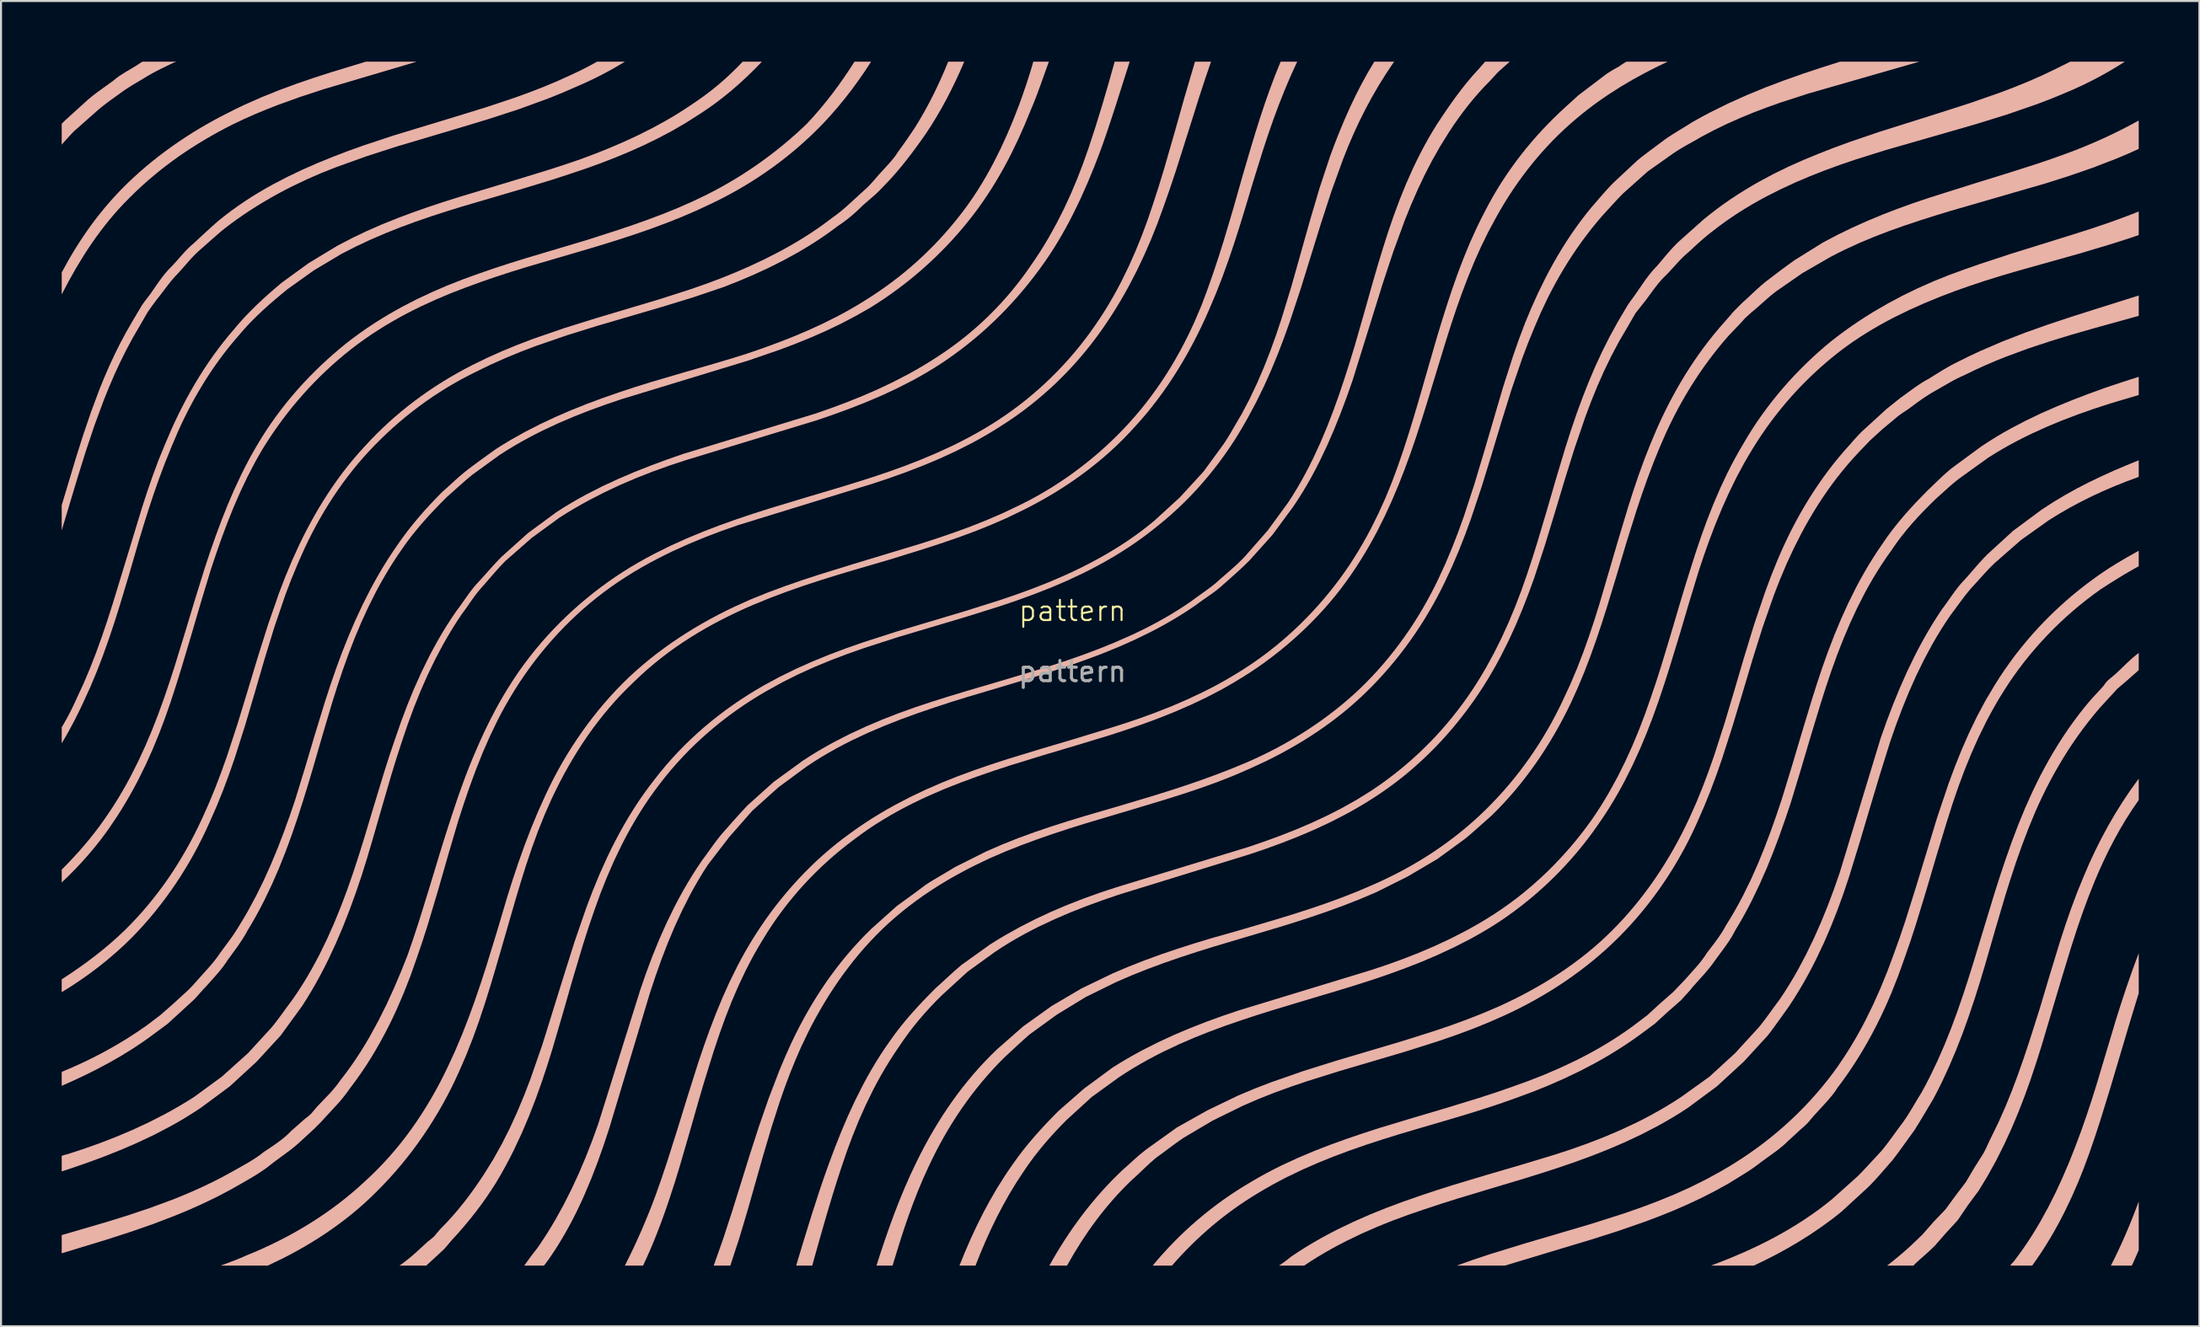
<source format=kicad_pcb>
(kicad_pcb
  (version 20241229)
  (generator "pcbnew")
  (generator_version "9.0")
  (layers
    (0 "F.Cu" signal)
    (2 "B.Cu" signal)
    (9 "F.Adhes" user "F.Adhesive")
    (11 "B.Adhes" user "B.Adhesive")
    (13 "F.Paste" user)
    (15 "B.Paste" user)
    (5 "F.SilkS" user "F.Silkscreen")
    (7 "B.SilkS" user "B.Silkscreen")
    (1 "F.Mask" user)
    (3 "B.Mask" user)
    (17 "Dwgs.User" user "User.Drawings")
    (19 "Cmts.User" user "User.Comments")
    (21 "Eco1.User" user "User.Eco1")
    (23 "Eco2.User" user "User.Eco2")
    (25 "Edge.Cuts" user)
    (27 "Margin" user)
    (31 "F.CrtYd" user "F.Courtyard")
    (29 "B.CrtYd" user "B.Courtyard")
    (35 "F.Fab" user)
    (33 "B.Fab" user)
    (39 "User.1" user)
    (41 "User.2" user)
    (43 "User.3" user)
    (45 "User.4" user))
  (footprint "pattern"
    (layer "F.Cu")
    (at 49.956 27.653)
    (property "Reference" "pattern" (at 0 -0.5 0) (unlocked yes) (layer "F.SilkS") (effects (font (size 1 1) (thickness 0.1))))
    (attr smd)
    (fp_poly (pts (xy 52.703 31.111) (xy 52.541 31.484) (xy 52.453 31.68) (xy 52.407 31.779) (xy 52.359 31.878) (xy 51.327 31.878) (xy 51.522 31.49) (xy 51.709 31.099) (xy 51.89 30.706) (xy 52.064 30.31) (xy 52.233 29.912) (xy 52.395 29.512) (xy 52.551 29.109) (xy 52.703 28.703)) (stroke (width -0.000001) (type solid)) (fill yes) (layer "B.SilkS"))
    (fp_poly (pts (xy 52.703 18.411) (xy 52.465 19.185) (xy 52.227 19.972) (xy 51.287 23.134) (xy 50.798 24.719) (xy 50.539 25.509) (xy 50.269 26.295) (xy 50 27.027) (xy 49.711 27.752) (xy 49.398 28.469) (xy 49.061 29.176) (xy 48.883 29.526) (xy 48.698 29.872) (xy 48.507 30.216) (xy 48.308 30.556) (xy 48.102 30.892) (xy 47.888 31.225) (xy 47.667 31.553) (xy 47.438 31.878) (xy 46.353 31.878) (xy 46.363 31.863) (xy 46.373 31.849) (xy 46.383 31.836) (xy 46.392 31.823) (xy 46.402 31.811) (xy 46.412 31.799) (xy 46.422 31.787) (xy 46.432 31.776) (xy 46.452 31.754) (xy 46.472 31.733) (xy 46.492 31.713) (xy 46.512 31.693) (xy 46.751 31.377) (xy 46.983 31.053) (xy 47.208 30.724) (xy 47.426 30.388) (xy 47.637 30.046) (xy 47.842 29.699) (xy 48.231 28.991) (xy 48.596 28.266) (xy 48.937 27.529) (xy 49.256 26.783) (xy 49.554 26.031) (xy 49.842 25.263) (xy 50.114 24.489) (xy 50.372 23.71) (xy 50.619 22.925) (xy 51.565 19.76) (xy 51.828 18.927) (xy 52.104 18.093) (xy 52.395 17.26) (xy 52.703 16.426)) (stroke (width -0.000001) (type solid)) (fill yes) (layer "B.SilkS"))
    (fp_poly (pts (xy -44.3 -27.65) (xy -44.306 -27.647) (xy -44.312 -27.644) (xy -44.318 -27.642) (xy -44.324 -27.639) (xy -44.329 -27.637) (xy -44.335 -27.635) (xy -44.34 -27.633) (xy -44.345 -27.632) (xy -44.349 -27.63) (xy -44.354 -27.629) (xy -44.358 -27.628) (xy -44.362 -27.628) (xy -44.366 -27.627) (xy -44.369 -27.627) (xy -44.373 -27.627) (xy -44.71 -27.467) (xy -45.048 -27.303) (xy -45.216 -27.217) (xy -45.385 -27.128) (xy -45.554 -27.036) (xy -45.722 -26.939) (xy -45.882 -26.841) (xy -46.043 -26.744) (xy -46.367 -26.552) (xy -46.528 -26.454) (xy -46.686 -26.355) (xy -46.841 -26.252) (xy -46.992 -26.145) (xy -47.588 -25.715) (xy -47.736 -25.605) (xy -47.885 -25.49) (xy -48.034 -25.371) (xy -48.183 -25.245) (xy -49.347 -24.214) (xy -49.425 -24.134) (xy -49.502 -24.054) (xy -49.577 -23.974) (xy -49.651 -23.893) (xy -49.801 -23.726) (xy -49.956 -23.552) (xy -49.956 -24.584) (xy -49.797 -24.743) (xy -48.659 -25.775) (xy -48.508 -25.901) (xy -48.353 -26.024) (xy -48.194 -26.143) (xy -48.034 -26.261) (xy -47.71 -26.493) (xy -47.549 -26.609) (xy -47.389 -26.727) (xy -47.314 -26.79) (xy -47.237 -26.85) (xy -47.158 -26.908) (xy -47.079 -26.964) (xy -46.916 -27.069) (xy -46.751 -27.17) (xy -46.418 -27.367) (xy -46.254 -27.468) (xy -46.173 -27.52) (xy -46.093 -27.574) (xy -46.073 -27.587) (xy -46.055 -27.599) (xy -46.037 -27.61) (xy -46.02 -27.62) (xy -46.004 -27.63) (xy -45.988 -27.638) (xy -45.974 -27.646) (xy -45.96 -27.653) (xy -44.293 -27.653)) (stroke (width -0.000001) (type solid)) (fill yes) (layer "B.SilkS"))
    (fp_poly (pts (xy -37.001 -26.294) (xy -38.141 -25.921) (xy -39.271 -25.514) (xy -39.831 -25.294) (xy -40.388 -25.063) (xy -40.941 -24.818) (xy -41.489 -24.558) (xy -41.835 -24.381) (xy -42.177 -24.199) (xy -42.516 -24.011) (xy -42.852 -23.817) (xy -43.184 -23.616) (xy -43.513 -23.41) (xy -43.837 -23.197) (xy -44.158 -22.977) (xy -44.475 -22.75) (xy -44.787 -22.516) (xy -45.095 -22.276) (xy -45.399 -22.027) (xy -45.699 -21.772) (xy -45.994 -21.509) (xy -46.284 -21.238) (xy -46.569 -20.959) (xy -46.828 -20.698) (xy -47.08 -20.43) (xy -47.325 -20.156) (xy -47.563 -19.876) (xy -47.795 -19.59) (xy -48.02 -19.298) (xy -48.238 -19.002) (xy -48.451 -18.7) (xy -48.657 -18.394) (xy -48.858 -18.084) (xy -49.244 -17.451) (xy -49.609 -16.803) (xy -49.956 -16.144) (xy -49.956 -17.229) (xy -49.649 -17.789) (xy -49.489 -18.065) (xy -49.325 -18.339) (xy -49.156 -18.609) (xy -48.983 -18.876) (xy -48.805 -19.141) (xy -48.623 -19.402) (xy -48.436 -19.659) (xy -48.244 -19.913) (xy -48.047 -20.163) (xy -47.846 -20.41) (xy -47.64 -20.652) (xy -47.429 -20.891) (xy -47.213 -21.126) (xy -46.992 -21.356) (xy -46.706 -21.641) (xy -46.412 -21.919) (xy -46.112 -22.191) (xy -45.805 -22.457) (xy -45.493 -22.716) (xy -45.174 -22.968) (xy -44.85 -23.214) (xy -44.522 -23.453) (xy -44.188 -23.685) (xy -43.851 -23.91) (xy -43.509 -24.129) (xy -43.164 -24.34) (xy -42.815 -24.544) (xy -42.464 -24.741) (xy -42.11 -24.931) (xy -41.753 -25.113) (xy -41.34 -25.322) (xy -40.924 -25.521) (xy -40.084 -25.893) (xy -39.236 -26.235) (xy -38.38 -26.552) (xy -37.52 -26.847) (xy -36.656 -27.126) (xy -34.927 -27.653) (xy -32.414 -27.653)) (stroke (width -0.000001) (type solid)) (fill yes) (layer "B.SilkS"))
    (fp_poly (pts (xy 52.703 8.859) (xy 52.383 9.323) (xy 52.077 9.8) (xy 51.786 10.288) (xy 51.509 10.787) (xy 51.245 11.295) (xy 50.995 11.81) (xy 50.758 12.33) (xy 50.533 12.854) (xy 50.218 13.644) (xy 49.923 14.444) (xy 49.646 15.253) (xy 49.382 16.069) (xy 48.881 17.714) (xy 48.39 19.363) (xy 47.9 21.013) (xy 47.639 21.837) (xy 47.365 22.657) (xy 47.073 23.473) (xy 46.76 24.282) (xy 46.424 25.082) (xy 46.062 25.872) (xy 45.665 26.666) (xy 45.242 27.433) (xy 44.792 28.174) (xy 44.263 28.888) (xy 43.76 29.629) (xy 43.178 30.264) (xy 42.622 30.899) (xy 42.534 30.986) (xy 42.448 31.069) (xy 42.364 31.147) (xy 42.281 31.223) (xy 42.12 31.368) (xy 41.961 31.508) (xy 41.908 31.554) (xy 41.856 31.6) (xy 41.806 31.647) (xy 41.756 31.693) (xy 41.706 31.739) (xy 41.658 31.785) (xy 41.611 31.832) (xy 41.564 31.878) (xy 40.267 31.878) (xy 40.412 31.765) (xy 40.557 31.65) (xy 40.7 31.533) (xy 40.843 31.415) (xy 40.985 31.295) (xy 41.126 31.174) (xy 41.266 31.05) (xy 41.405 30.926) (xy 42.014 30.343) (xy 42.569 29.708) (xy 43.151 29.1) (xy 43.654 28.412) (xy 44.157 27.751) (xy 44.58 27.036) (xy 45.03 26.322) (xy 45.078 26.231) (xy 45.125 26.139) (xy 45.17 26.044) (xy 45.215 25.948) (xy 45.305 25.753) (xy 45.352 25.654) (xy 45.4 25.555) (xy 45.772 24.793) (xy 46.115 24.019) (xy 46.434 23.232) (xy 46.733 22.436) (xy 47.016 21.63) (xy 47.287 20.818) (xy 47.808 19.178) (xy 48.3 17.528) (xy 48.803 15.881) (xy 49.07 15.062) (xy 49.352 14.248) (xy 49.653 13.441) (xy 49.978 12.643) (xy 50.254 12.002) (xy 50.548 11.369) (xy 50.861 10.746) (xy 51.191 10.133) (xy 51.541 9.531) (xy 51.909 8.941) (xy 52.296 8.364) (xy 52.703 7.801)) (stroke (width -0.000001) (type solid)) (fill yes) (layer "B.SilkS"))
    (fp_poly (pts (xy -22.401 -27.484) (xy -22.685 -27.319) (xy -22.973 -27.16) (xy -23.266 -27.005) (xy -23.562 -26.855) (xy -23.863 -26.711) (xy -24.167 -26.571) (xy -24.476 -26.436) (xy -25.19 -26.124) (xy -25.912 -25.833) (xy -27.378 -25.298) (xy -28.867 -24.814) (xy -30.37 -24.359) (xy -33.391 -23.46) (xy -34.894 -22.975) (xy -36.382 -22.441) (xy -37.114 -22.151) (xy -37.838 -21.835) (xy -38.553 -21.494) (xy -38.906 -21.314) (xy -39.256 -21.128) (xy -39.603 -20.935) (xy -39.946 -20.735) (xy -40.285 -20.529) (xy -40.62 -20.316) (xy -40.951 -20.097) (xy -41.276 -19.871) (xy -41.597 -19.638) (xy -41.912 -19.398) (xy -42.07 -19.268) (xy -42.225 -19.136) (xy -42.531 -18.869) (xy -42.831 -18.602) (xy -43.129 -18.34) (xy -43.203 -18.274) (xy -43.276 -18.206) (xy -43.348 -18.136) (xy -43.418 -18.065) (xy -43.558 -17.917) (xy -43.695 -17.764) (xy -43.966 -17.454) (xy -44.103 -17.3) (xy -44.241 -17.149) (xy -44.309 -17.079) (xy -44.376 -17.007) (xy -44.441 -16.933) (xy -44.506 -16.858) (xy -44.631 -16.705) (xy -44.753 -16.547) (xy -44.996 -16.227) (xy -45.119 -16.065) (xy -45.246 -15.906) (xy -45.365 -15.747) (xy -45.484 -15.585) (xy -45.544 -15.502) (xy -45.603 -15.418) (xy -45.663 -15.332) (xy -45.722 -15.244) (xy -46.119 -14.556) (xy -46.456 -13.976) (xy -46.772 -13.385) (xy -47.07 -12.786) (xy -47.351 -12.178) (xy -47.616 -11.562) (xy -47.868 -10.939) (xy -48.335 -9.675) (xy -48.765 -8.391) (xy -49.17 -7.093) (xy -49.956 -4.476) (xy -49.956 -5.719) (xy -49.258 -8.045) (xy -48.891 -9.203) (xy -48.5 -10.353) (xy -48.075 -11.489) (xy -47.846 -12.05) (xy -47.604 -12.606) (xy -47.349 -13.157) (xy -47.079 -13.701) (xy -46.793 -14.238) (xy -46.49 -14.768) (xy -46.066 -15.482) (xy -46.041 -15.527) (xy -46.014 -15.57) (xy -45.987 -15.614) (xy -45.958 -15.656) (xy -45.899 -15.74) (xy -45.838 -15.823) (xy -45.59 -16.144) (xy -45.355 -16.484) (xy -45.237 -16.655) (xy -45.117 -16.825) (xy -44.993 -16.992) (xy -44.93 -17.075) (xy -44.864 -17.156) (xy -44.797 -17.236) (xy -44.729 -17.314) (xy -44.658 -17.391) (xy -44.585 -17.467) (xy -44.511 -17.542) (xy -44.439 -17.618) (xy -44.299 -17.772) (xy -44.026 -18.082) (xy -43.888 -18.234) (xy -43.818 -18.309) (xy -43.747 -18.382) (xy -43.675 -18.454) (xy -43.601 -18.524) (xy -43.525 -18.592) (xy -43.447 -18.657) (xy -43.149 -18.935) (xy -42.848 -19.213) (xy -42.543 -19.491) (xy -42.23 -19.769) (xy -41.909 -20.027) (xy -41.583 -20.275) (xy -41.251 -20.514) (xy -40.913 -20.745) (xy -40.571 -20.967) (xy -40.224 -21.18) (xy -39.873 -21.386) (xy -39.518 -21.584) (xy -38.796 -21.96) (xy -38.063 -22.31) (xy -37.319 -22.637) (xy -36.568 -22.944) (xy -35.817 -23.232) (xy -35.063 -23.503) (xy -33.551 -24.004) (xy -30.535 -24.921) (xy -29.046 -25.38) (xy -27.578 -25.868) (xy -26.856 -26.13) (xy -26.141 -26.407) (xy -25.436 -26.702) (xy -24.741 -27.018) (xy -24.582 -27.092) (xy -24.425 -27.167) (xy -24.268 -27.244) (xy -24.112 -27.322) (xy -23.957 -27.403) (xy -23.803 -27.485) (xy -23.65 -27.568) (xy -23.497 -27.653) (xy -22.121 -27.653)) (stroke (width -0.000001) (type solid)) (fill yes) (layer "B.SilkS"))
    (fp_poly (pts (xy 52.703 2.43) (xy 52.65 2.483) (xy 51.988 3.065) (xy 51.644 3.356) (xy 51.613 3.388) (xy 51.58 3.424) (xy 51.509 3.505) (xy 51.471 3.547) (xy 51.432 3.59) (xy 51.393 3.633) (xy 51.353 3.673) (xy 50.771 4.308) (xy 50.493 4.639) (xy 50.222 4.977) (xy 49.959 5.32) (xy 49.704 5.67) (xy 49.457 6.026) (xy 49.218 6.387) (xy 48.987 6.754) (xy 48.764 7.126) (xy 48.548 7.503) (xy 48.34 7.885) (xy 48.14 8.271) (xy 47.947 8.662) (xy 47.762 9.056) (xy 47.585 9.455) (xy 47.252 10.262) (xy 46.937 11.089) (xy 46.642 11.922) (xy 46.365 12.761) (xy 46.101 13.605) (xy 45.6 15.303) (xy 45.109 17.008) (xy 44.856 17.853) (xy 44.589 18.697) (xy 44.306 19.54) (xy 44.005 20.379) (xy 43.68 21.211) (xy 43.331 22.035) (xy 42.953 22.849) (xy 42.752 23.251) (xy 42.543 23.65) (xy 42.08 24.427) (xy 41.851 24.807) (xy 41.617 25.184) (xy 41.343 25.561) (xy 41.074 25.935) (xy 40.806 26.304) (xy 40.67 26.486) (xy 40.532 26.666) (xy 39.956 27.327) (xy 39.811 27.491) (xy 39.661 27.655) (xy 39.505 27.821) (xy 39.341 27.989) (xy 38.018 29.206) (xy 37.769 29.407) (xy 37.515 29.603) (xy 36.998 29.98) (xy 36.469 30.34) (xy 35.928 30.681) (xy 35.378 31.005) (xy 34.819 31.312) (xy 34.252 31.603) (xy 33.679 31.878) (xy 31.563 31.878) (xy 32.362 31.569) (xy 33.152 31.235) (xy 33.542 31.058) (xy 33.929 30.875) (xy 34.312 30.684) (xy 34.691 30.486) (xy 35.066 30.28) (xy 35.436 30.065) (xy 35.801 29.843) (xy 36.161 29.612) (xy 36.516 29.372) (xy 36.864 29.123) (xy 37.206 28.865) (xy 37.542 28.597) (xy 38.812 27.46) (xy 38.961 27.308) (xy 39.11 27.153) (xy 39.407 26.834) (xy 40.003 26.189) (xy 40.139 26.02) (xy 40.272 25.848) (xy 40.401 25.675) (xy 40.529 25.502) (xy 40.78 25.155) (xy 40.907 24.983) (xy 41.035 24.814) (xy 41.16 24.634) (xy 41.28 24.452) (xy 41.395 24.268) (xy 41.508 24.083) (xy 41.73 23.709) (xy 41.844 23.52) (xy 41.961 23.332) (xy 42.17 22.948) (xy 42.371 22.56) (xy 42.749 21.772) (xy 43.1 20.97) (xy 43.426 20.157) (xy 43.731 19.334) (xy 44.018 18.503) (xy 44.291 17.665) (xy 44.554 16.823) (xy 45.582 13.44) (xy 45.852 12.595) (xy 46.135 11.752) (xy 46.433 10.912) (xy 46.75 10.076) (xy 47.09 9.248) (xy 47.457 8.432) (xy 47.651 8.029) (xy 47.852 7.63) (xy 48.061 7.236) (xy 48.278 6.845) (xy 48.502 6.459) (xy 48.736 6.078) (xy 48.977 5.703) (xy 49.228 5.332) (xy 49.487 4.968) (xy 49.756 4.609) (xy 50.034 4.257) (xy 50.322 3.912) (xy 50.93 3.25) (xy 50.949 3.226) (xy 50.968 3.202) (xy 51.002 3.155) (xy 51.034 3.111) (xy 51.066 3.068) (xy 51.082 3.047) (xy 51.099 3.027) (xy 51.116 3.006) (xy 51.135 2.986) (xy 51.154 2.966) (xy 51.175 2.946) (xy 51.197 2.926) (xy 51.221 2.906) (xy 51.565 2.615) (xy 51.703 2.485) (xy 51.84 2.353) (xy 52.114 2.089) (xy 52.254 1.959) (xy 52.398 1.83) (xy 52.472 1.767) (xy 52.548 1.705) (xy 52.624 1.643) (xy 52.703 1.583)) (stroke (width -0.000001) (type solid)) (fill yes) (layer "B.SilkS"))
    (fp_poly (pts (xy -15.348 -27.653) (xy -15.7 -27.29) (xy -16.063 -26.935) (xy -16.436 -26.59) (xy -16.82 -26.254) (xy -17.215 -25.93) (xy -17.621 -25.618) (xy -17.829 -25.467) (xy -18.04 -25.319) (xy -18.253 -25.175) (xy -18.47 -25.034) (xy -19.133 -24.612) (xy -19.81 -24.22) (xy -20.502 -23.854) (xy -21.206 -23.512) (xy -21.921 -23.192) (xy -22.646 -22.892) (xy -23.38 -22.609) (xy -24.122 -22.342) (xy -25.625 -21.844) (xy -27.143 -21.38) (xy -30.191 -20.483) (xy -30.946 -20.249) (xy -31.701 -20.004) (xy -32.455 -19.744) (xy -33.204 -19.468) (xy -33.947 -19.173) (xy -34.682 -18.857) (xy -35.406 -18.518) (xy -36.118 -18.155) (xy -37.494 -17.334) (xy -38.79 -16.408) (xy -39.106 -16.149) (xy -39.419 -15.886) (xy -39.726 -15.619) (xy -40.027 -15.347) (xy -40.321 -15.068) (xy -40.606 -14.782) (xy -40.745 -14.637) (xy -40.881 -14.489) (xy -41.014 -14.338) (xy -41.145 -14.186) (xy -41.414 -13.875) (xy -41.675 -13.559) (xy -41.928 -13.236) (xy -42.173 -12.908) (xy -42.41 -12.575) (xy -42.64 -12.236) (xy -42.862 -11.892) (xy -43.076 -11.543) (xy -43.284 -11.19) (xy -43.483 -10.832) (xy -43.676 -10.47) (xy -43.861 -10.104) (xy -44.039 -9.734) (xy -44.21 -9.361) (xy -44.532 -8.603) (xy -44.84 -7.843) (xy -45.13 -7.072) (xy -45.405 -6.292) (xy -45.666 -5.504) (xy -45.916 -4.71) (xy -46.158 -3.911) (xy -46.622 -2.306) (xy -47.108 -0.696) (xy -47.363 0.108) (xy -47.631 0.909) (xy -47.915 1.705) (xy -48.218 2.494) (xy -48.544 3.274) (xy -48.897 4.044) (xy -49.018 4.301) (xy -49.142 4.557) (xy -49.269 4.81) (xy -49.4 5.063) (xy -49.534 5.313) (xy -49.671 5.562) (xy -49.812 5.809) (xy -49.956 6.055) (xy -49.956 5.261) (xy -49.858 5.095) (xy -49.762 4.927) (xy -49.669 4.757) (xy -49.579 4.586) (xy -49.49 4.413) (xy -49.405 4.239) (xy -49.322 4.063) (xy -49.241 3.885) (xy -48.888 3.125) (xy -48.562 2.355) (xy -48.258 1.576) (xy -47.975 0.79) (xy -47.707 -0.001) (xy -47.452 -0.795) (xy -46.966 -2.385) (xy -45.987 -5.6) (xy -45.728 -6.396) (xy -45.455 -7.185) (xy -45.164 -7.966) (xy -44.849 -8.735) (xy -44.519 -9.504) (xy -44.344 -9.884) (xy -44.163 -10.261) (xy -43.975 -10.634) (xy -43.781 -11.003) (xy -43.579 -11.368) (xy -43.371 -11.729) (xy -43.155 -12.085) (xy -42.932 -12.436) (xy -42.702 -12.782) (xy -42.464 -13.122) (xy -42.219 -13.457) (xy -41.966 -13.786) (xy -41.705 -14.108) (xy -41.436 -14.424) (xy -41.301 -14.586) (xy -41.163 -14.745) (xy -41.024 -14.902) (xy -40.882 -15.055) (xy -40.593 -15.355) (xy -40.298 -15.644) (xy -39.998 -15.925) (xy -39.695 -16.199) (xy -39.389 -16.465) (xy -39.081 -16.726) (xy -37.732 -17.705) (xy -36.33 -18.552) (xy -35.6 -18.933) (xy -34.863 -19.285) (xy -34.118 -19.611) (xy -33.366 -19.914) (xy -32.61 -20.197) (xy -31.85 -20.464) (xy -31.087 -20.717) (xy -30.323 -20.959) (xy -27.277 -21.879) (xy -25.773 -22.343) (xy -25.029 -22.586) (xy -24.291 -22.838) (xy -23.562 -23.112) (xy -22.844 -23.401) (xy -22.137 -23.706) (xy -21.443 -24.028) (xy -20.763 -24.371) (xy -20.098 -24.735) (xy -19.771 -24.926) (xy -19.448 -25.123) (xy -19.129 -25.327) (xy -18.814 -25.537) (xy -18.471 -25.77) (xy -18.135 -26.012) (xy -17.807 -26.264) (xy -17.488 -26.525) (xy -17.177 -26.795) (xy -16.876 -27.073) (xy -16.583 -27.359) (xy -16.301 -27.653)) (stroke (width -0.000001) (type solid)) (fill yes) (layer "B.SilkS"))
    (fp_poly (pts (xy 52.703 -2.703) (xy 52.465 -2.572) (xy 52.227 -2.436) (xy 51.99 -2.297) (xy 51.754 -2.154) (xy 51.285 -1.862) (xy 50.824 -1.565) (xy 50.475 -1.313) (xy 50.13 -1.051) (xy 49.791 -0.78) (xy 49.458 -0.501) (xy 49.132 -0.213) (xy 48.811 0.083) (xy 48.498 0.388) (xy 48.192 0.7) (xy 47.893 1.02) (xy 47.602 1.348) (xy 47.319 1.683) (xy 47.044 2.025) (xy 46.778 2.374) (xy 46.521 2.73) (xy 46.273 3.093) (xy 46.035 3.462) (xy 45.806 3.832) (xy 45.586 4.208) (xy 45.374 4.589) (xy 45.169 4.976) (xy 44.783 5.763) (xy 44.425 6.567) (xy 44.092 7.385) (xy 43.784 8.213) (xy 43.498 9.049) (xy 43.231 9.891) (xy 42.714 11.587) (xy 42.212 13.294) (xy 41.69 15.007) (xy 41.411 15.863) (xy 41.114 16.717) (xy 40.812 17.558) (xy 40.482 18.391) (xy 40.305 18.804) (xy 40.121 19.214) (xy 39.929 19.621) (xy 39.728 20.025) (xy 39.519 20.425) (xy 39.302 20.821) (xy 39.076 21.212) (xy 38.841 21.599) (xy 38.596 21.981) (xy 38.343 22.358) (xy 38.08 22.729) (xy 37.807 23.094) (xy 37.776 23.143) (xy 37.745 23.192) (xy 37.712 23.24) (xy 37.679 23.287) (xy 37.61 23.38) (xy 37.539 23.471) (xy 37.466 23.559) (xy 37.394 23.645) (xy 37.251 23.808) (xy 36.643 24.47) (xy 36.352 24.814) (xy 36.261 24.904) (xy 36.219 24.944) (xy 36.18 24.982) (xy 36.14 25.019) (xy 36.099 25.055) (xy 36.055 25.093) (xy 36.008 25.131) (xy 35.346 25.74) (xy 35.266 25.818) (xy 35.183 25.894) (xy 35.098 25.968) (xy 35.011 26.04) (xy 34.834 26.18) (xy 34.652 26.315) (xy 34.282 26.581) (xy 34.098 26.714) (xy 33.917 26.851) (xy 33.736 26.986) (xy 33.551 27.116) (xy 33.363 27.24) (xy 33.173 27.36) (xy 32.409 27.83) (xy 31.75 28.194) (xy 31.083 28.533) (xy 30.409 28.85) (xy 29.729 29.147) (xy 29.043 29.425) (xy 28.353 29.687) (xy 26.962 30.171) (xy 25.562 30.616) (xy 24.16 31.037) (xy 21.376 31.878) (xy 18.995 31.878) (xy 19.821 31.585) (xy 20.652 31.309) (xy 22.324 30.793) (xy 25.666 29.808) (xy 27.314 29.281) (xy 28.128 28.996) (xy 28.933 28.693) (xy 29.728 28.368) (xy 30.511 28.016) (xy 31.282 27.635) (xy 32.039 27.221) (xy 32.418 26.999) (xy 32.79 26.77) (xy 33.157 26.533) (xy 33.517 26.287) (xy 33.87 26.035) (xy 34.218 25.774) (xy 34.559 25.504) (xy 34.893 25.227) (xy 35.221 24.941) (xy 35.542 24.647) (xy 35.857 24.344) (xy 36.165 24.033) (xy 36.467 23.712) (xy 36.761 23.383) (xy 37.049 23.045) (xy 37.33 22.697) (xy 37.594 22.351) (xy 37.848 21.998) (xy 38.093 21.638) (xy 38.33 21.272) (xy 38.558 20.9) (xy 38.779 20.522) (xy 38.991 20.138) (xy 39.196 19.75) (xy 39.583 18.96) (xy 39.942 18.154) (xy 40.276 17.335) (xy 40.585 16.506) (xy 40.883 15.677) (xy 41.165 14.84) (xy 41.697 13.146) (xy 42.738 9.729) (xy 43.308 8.034) (xy 43.619 7.196) (xy 43.952 6.367) (xy 44.312 5.548) (xy 44.701 4.741) (xy 45.124 3.948) (xy 45.585 3.171) (xy 45.828 2.787) (xy 46.08 2.411) (xy 46.341 2.041) (xy 46.61 1.679) (xy 46.888 1.324) (xy 47.175 0.976) (xy 47.469 0.636) (xy 47.772 0.303) (xy 48.082 -0.021) (xy 48.4 -0.338) (xy 48.725 -0.647) (xy 49.057 -0.948) (xy 49.396 -1.241) (xy 49.742 -1.525) (xy 50.095 -1.801) (xy 50.454 -2.068) (xy 50.724 -2.263) (xy 50.999 -2.451) (xy 51.277 -2.633) (xy 51.558 -2.809) (xy 51.842 -2.98) (xy 52.128 -3.147) (xy 52.703 -3.47)) (stroke (width -0.000001) (type solid)) (fill yes) (layer "B.SilkS"))
    (fp_poly (pts (xy 52.703 -7.122) (xy 52.121 -6.907) (xy 51.547 -6.679) (xy 50.98 -6.436) (xy 50.421 -6.179) (xy 49.869 -5.905) (xy 49.324 -5.615) (xy 48.787 -5.306) (xy 48.258 -4.978) (xy 46.882 -3.999) (xy 45.585 -2.862) (xy 45.438 -2.719) (xy 45.292 -2.571) (xy 45.147 -2.417) (xy 45.003 -2.26) (xy 44.715 -1.939) (xy 44.569 -1.778) (xy 44.421 -1.618) (xy 44.285 -1.457) (xy 44.152 -1.292) (xy 44.023 -1.124) (xy 43.895 -0.953) (xy 43.644 -0.61) (xy 43.517 -0.439) (xy 43.389 -0.269) (xy 43.151 0.086) (xy 42.92 0.448) (xy 42.698 0.814) (xy 42.484 1.186) (xy 42.077 1.945) (xy 41.699 2.721) (xy 41.347 3.512) (xy 41.019 4.315) (xy 40.713 5.128) (xy 40.426 5.949) (xy 39.907 7.605) (xy 39.407 9.276) (xy 38.908 10.957) (xy 38.389 12.643) (xy 38.111 13.475) (xy 37.81 14.302) (xy 37.486 15.122) (xy 37.135 15.934) (xy 36.756 16.734) (xy 36.555 17.129) (xy 36.346 17.521) (xy 36.129 17.908) (xy 35.903 18.292) (xy 35.669 18.671) (xy 35.425 19.046) (xy 34.906 19.773) (xy 34.64 20.14) (xy 34.505 20.321) (xy 34.367 20.501) (xy 33.177 21.797) (xy 31.854 23.014) (xy 30.425 24.073) (xy 30.05 24.316) (xy 29.671 24.55) (xy 29.288 24.774) (xy 28.9 24.99) (xy 28.113 25.396) (xy 27.313 25.773) (xy 26.501 26.122) (xy 25.681 26.447) (xy 24.854 26.75) (xy 24.022 27.036) (xy 23.187 27.307) (xy 22.352 27.567) (xy 20.682 28.068) (xy 19.021 28.569) (xy 18.198 28.829) (xy 17.381 29.1) (xy 16.6 29.367) (xy 15.826 29.653) (xy 15.062 29.96) (xy 14.308 30.291) (xy 13.569 30.646) (xy 13.205 30.833) (xy 12.845 31.027) (xy 12.49 31.229) (xy 12.14 31.437) (xy 11.794 31.654) (xy 11.454 31.878) (xy 10.211 31.878) (xy 10.29 31.825) (xy 10.368 31.771) (xy 10.445 31.716) (xy 10.522 31.66) (xy 10.597 31.603) (xy 10.672 31.546) (xy 10.746 31.487) (xy 10.819 31.428) (xy 11.184 31.185) (xy 11.555 30.95) (xy 11.932 30.725) (xy 12.313 30.507) (xy 12.699 30.298) (xy 13.09 30.096) (xy 13.882 29.715) (xy 14.686 29.361) (xy 15.5 29.032) (xy 16.32 28.725) (xy 17.143 28.438) (xy 17.977 28.159) (xy 18.813 27.893) (xy 20.486 27.39) (xy 22.155 26.902) (xy 23.81 26.401) (xy 24.632 26.133) (xy 25.449 25.843) (xy 26.257 25.53) (xy 27.055 25.191) (xy 27.839 24.825) (xy 28.225 24.631) (xy 28.606 24.429) (xy 28.983 24.22) (xy 29.355 24.003) (xy 29.721 23.777) (xy 30.081 23.544) (xy 31.483 22.538) (xy 32.753 21.374) (xy 33.917 20.104) (xy 34.054 19.934) (xy 34.186 19.763) (xy 34.316 19.59) (xy 34.443 19.416) (xy 34.695 19.07) (xy 34.821 18.898) (xy 34.949 18.728) (xy 35.188 18.368) (xy 35.418 18.003) (xy 35.641 17.633) (xy 35.855 17.258) (xy 36.261 16.494) (xy 36.639 15.715) (xy 36.991 14.923) (xy 37.319 14.118) (xy 37.626 13.305) (xy 37.913 12.484) (xy 39.95 5.79) (xy 40.245 4.959) (xy 40.559 4.136) (xy 40.893 3.321) (xy 41.25 2.516) (xy 41.633 1.724) (xy 41.835 1.333) (xy 42.045 0.946) (xy 42.262 0.563) (xy 42.488 0.184) (xy 42.723 -0.19) (xy 42.966 -0.56) (xy 43.094 -0.732) (xy 43.221 -0.909) (xy 43.475 -1.271) (xy 43.606 -1.451) (xy 43.74 -1.628) (xy 43.809 -1.714) (xy 43.879 -1.799) (xy 43.951 -1.882) (xy 44.024 -1.962) (xy 44.171 -2.122) (xy 44.315 -2.284) (xy 44.6 -2.614) (xy 44.745 -2.78) (xy 44.895 -2.948) (xy 45.051 -3.116) (xy 45.215 -3.285) (xy 46.485 -4.449) (xy 47.914 -5.508) (xy 48.477 -5.874) (xy 49.053 -6.219) (xy 49.641 -6.545) (xy 50.239 -6.854) (xy 50.846 -7.146) (xy 51.46 -7.424) (xy 52.079 -7.688) (xy 52.703 -7.942)) (stroke (width -0.000001) (type solid)) (fill yes) (layer "B.SilkS"))
    (fp_poly (pts (xy -10.254 -27.19) (xy -10.571 -26.732) (xy -10.899 -26.282) (xy -11.24 -25.841) (xy -11.594 -25.409) (xy -11.96 -24.989) (xy -12.147 -24.784) (xy -12.338 -24.581) (xy -12.532 -24.382) (xy -12.729 -24.187) (xy -13.01 -23.917) (xy -13.298 -23.653) (xy -13.592 -23.394) (xy -13.892 -23.142) (xy -14.198 -22.895) (xy -14.51 -22.655) (xy -14.827 -22.421) (xy -15.15 -22.193) (xy -15.477 -21.972) (xy -15.809 -21.757) (xy -16.146 -21.549) (xy -16.487 -21.348) (xy -16.832 -21.154) (xy -17.18 -20.967) (xy -17.532 -20.788) (xy -17.888 -20.615) (xy -18.607 -20.28) (xy -19.335 -19.967) (xy -20.072 -19.674) (xy -20.815 -19.398) (xy -21.565 -19.137) (xy -22.319 -18.889) (xy -23.079 -18.65) (xy -23.841 -18.419) (xy -26.93 -17.513) (xy -27.698 -17.276) (xy -28.462 -17.028) (xy -29.223 -16.766) (xy -29.98 -16.488) (xy -30.731 -16.199) (xy -31.474 -15.886) (xy -32.208 -15.548) (xy -32.571 -15.37) (xy -32.93 -15.185) (xy -33.285 -14.993) (xy -33.636 -14.794) (xy -33.983 -14.588) (xy -34.325 -14.374) (xy -34.663 -14.154) (xy -34.995 -13.925) (xy -35.321 -13.689) (xy -35.642 -13.445) (xy -35.961 -13.189) (xy -36.274 -12.926) (xy -36.581 -12.656) (xy -36.881 -12.379) (xy -37.176 -12.096) (xy -37.463 -11.807) (xy -37.745 -11.511) (xy -38.02 -11.209) (xy -38.288 -10.901) (xy -38.55 -10.587) (xy -38.805 -10.267) (xy -39.053 -9.94) (xy -39.295 -9.608) (xy -39.531 -9.27) (xy -39.759 -8.926) (xy -39.981 -8.577) (xy -40.19 -8.222) (xy -40.392 -7.863) (xy -40.773 -7.131) (xy -41.128 -6.384) (xy -41.459 -5.623) (xy -41.769 -4.852) (xy -42.061 -4.071) (xy -42.337 -3.283) (xy -42.6 -2.491) (xy -43.085 -0.891) (xy -43.559 0.727) (xy -44.044 2.349) (xy -44.296 3.159) (xy -44.558 3.964) (xy -44.836 4.765) (xy -45.136 5.559) (xy -45.459 6.345) (xy -45.808 7.12) (xy -46.184 7.882) (xy -46.383 8.258) (xy -46.59 8.63) (xy -46.804 8.998) (xy -47.026 9.362) (xy -47.256 9.722) (xy -47.495 10.076) (xy -47.63 10.274) (xy -47.769 10.468) (xy -47.91 10.661) (xy -48.054 10.85) (xy -48.35 11.222) (xy -48.656 11.584) (xy -48.97 11.937) (xy -49.292 12.279) (xy -49.621 12.611) (xy -49.956 12.934) (xy -49.956 12.299) (xy -49.67 12.009) (xy -49.391 11.713) (xy -49.117 11.413) (xy -48.851 11.108) (xy -48.592 10.798) (xy -48.341 10.483) (xy -48.098 10.163) (xy -47.865 9.838) (xy -47.627 9.493) (xy -47.396 9.143) (xy -47.174 8.787) (xy -46.96 8.427) (xy -46.753 8.063) (xy -46.553 7.694) (xy -46.175 6.944) (xy -45.823 6.181) (xy -45.495 5.407) (xy -45.189 4.623) (xy -44.902 3.832) (xy -44.631 3.036) (xy -44.372 2.236) (xy -43.877 0.627) (xy -43.391 -0.986) (xy -42.891 -2.597) (xy -42.628 -3.391) (xy -42.352 -4.181) (xy -42.06 -4.967) (xy -41.75 -5.746) (xy -41.419 -6.514) (xy -41.064 -7.27) (xy -40.877 -7.643) (xy -40.683 -8.012) (xy -40.481 -8.376) (xy -40.272 -8.736) (xy -40.054 -9.095) (xy -39.827 -9.448) (xy -39.591 -9.796) (xy -39.347 -10.138) (xy -39.095 -10.474) (xy -38.836 -10.804) (xy -38.568 -11.127) (xy -38.294 -11.444) (xy -38.013 -11.755) (xy -37.725 -12.059) (xy -37.431 -12.356) (xy -37.132 -12.646) (xy -36.826 -12.929) (xy -36.516 -13.205) (xy -36.2 -13.474) (xy -35.88 -13.736) (xy -35.55 -13.99) (xy -35.215 -14.235) (xy -34.876 -14.472) (xy -34.532 -14.701) (xy -34.185 -14.921) (xy -33.833 -15.135) (xy -33.477 -15.34) (xy -33.118 -15.539) (xy -32.39 -15.914) (xy -31.649 -16.262) (xy -30.898 -16.586) (xy -30.138 -16.885) (xy -29.372 -17.164) (xy -28.602 -17.429) (xy -27.83 -17.681) (xy -27.056 -17.923) (xy -23.973 -18.843) (xy -22.468 -19.328) (xy -21.72 -19.581) (xy -20.977 -19.845) (xy -20.242 -20.122) (xy -19.516 -20.416) (xy -18.801 -20.73) (xy -18.1 -21.065) (xy -17.755 -21.242) (xy -17.414 -21.425) (xy -17.078 -21.614) (xy -16.746 -21.808) (xy -16.418 -22.009) (xy -16.096 -22.216) (xy -15.777 -22.428) (xy -15.464 -22.646) (xy -15.155 -22.87) (xy -14.851 -23.099) (xy -14.551 -23.333) (xy -14.256 -23.573) (xy -13.966 -23.818) (xy -13.681 -24.068) (xy -13.401 -24.324) (xy -13.126 -24.584) (xy -12.794 -24.945) (xy -12.475 -25.313) (xy -12.167 -25.688) (xy -11.869 -26.069) (xy -11.581 -26.457) (xy -11.302 -26.85) (xy -11.033 -27.249) (xy -10.771 -27.653) (xy -9.951 -27.653)) (stroke (width -0.000001) (type solid)) (fill yes) (layer "B.SilkS"))
    (fp_poly (pts (xy 2.829 -27.653) (xy 2.118 -25.414) (xy 1.746 -24.286) (xy 1.551 -23.721) (xy 1.347 -23.155) (xy 1.052 -22.393) (xy 0.738 -21.636) (xy 0.404 -20.886) (xy 0.047 -20.146) (xy -0.141 -19.78) (xy -0.336 -19.418) (xy -0.538 -19.06) (xy -0.748 -18.705) (xy -0.965 -18.355) (xy -1.191 -18.01) (xy -1.426 -17.67) (xy -1.669 -17.334) (xy -1.921 -17) (xy -2.179 -16.671) (xy -2.444 -16.348) (xy -2.715 -16.031) (xy -2.994 -15.72) (xy -3.279 -15.415) (xy -3.57 -15.116) (xy -3.868 -14.824) (xy -4.173 -14.539) (xy -4.484 -14.259) (xy -4.802 -13.987) (xy -5.126 -13.722) (xy -5.456 -13.463) (xy -5.793 -13.212) (xy -6.135 -12.968) (xy -6.485 -12.731) (xy -6.844 -12.502) (xy -7.207 -12.282) (xy -7.575 -12.071) (xy -7.946 -11.868) (xy -8.699 -11.485) (xy -9.464 -11.13) (xy -10.241 -10.8) (xy -11.028 -10.491) (xy -11.822 -10.201) (xy -12.623 -9.926) (xy -19.132 -7.942) (xy -19.942 -7.674) (xy -20.747 -7.384) (xy -21.543 -7.072) (xy -22.33 -6.735) (xy -23.105 -6.372) (xy -23.868 -5.981) (xy -24.244 -5.775) (xy -24.617 -5.561) (xy -24.985 -5.34) (xy -25.349 -5.111) (xy -26.725 -4.105) (xy -28.022 -2.968) (xy -28.169 -2.816) (xy -28.315 -2.661) (xy -28.458 -2.503) (xy -28.6 -2.342) (xy -29.159 -1.698) (xy -29.233 -1.617) (xy -29.303 -1.535) (xy -29.372 -1.452) (xy -29.44 -1.367) (xy -29.57 -1.195) (xy -29.695 -1.02) (xy -29.941 -0.667) (xy -30.064 -0.493) (xy -30.191 -0.322) (xy -30.43 0.038) (xy -30.66 0.403) (xy -30.882 0.774) (xy -31.097 1.149) (xy -31.502 1.912) (xy -31.878 2.691) (xy -32.227 3.484) (xy -32.55 4.288) (xy -32.85 5.102) (xy -33.128 5.922) (xy -33.398 6.749) (xy -33.654 7.582) (xy -34.143 9.259) (xy -34.628 10.942) (xy -34.878 11.781) (xy -35.139 12.616) (xy -35.425 13.457) (xy -35.728 14.291) (xy -36.052 15.116) (xy -36.399 15.93) (xy -36.772 16.732) (xy -36.969 17.128) (xy -37.174 17.52) (xy -37.387 17.908) (xy -37.608 18.292) (xy -37.837 18.671) (xy -38.076 19.046) (xy -39.134 20.501) (xy -40.325 21.797) (xy -41.648 23.014) (xy -43.076 24.073) (xy -43.447 24.316) (xy -43.823 24.551) (xy -44.204 24.777) (xy -44.59 24.994) (xy -45.377 25.405) (xy -46.179 25.786) (xy -46.993 26.14) (xy -47.817 26.469) (xy -48.646 26.776) (xy -49.479 27.063) (xy -49.956 27.221) (xy -49.956 26.454) (xy -49.923 26.441) (xy -49.889 26.429) (xy -49.856 26.418) (xy -49.823 26.408) (xy -49.79 26.398) (xy -49.757 26.39) (xy -49.724 26.382) (xy -49.691 26.375) (xy -48.87 26.107) (xy -48.056 25.817) (xy -47.251 25.505) (xy -46.456 25.168) (xy -45.674 24.805) (xy -44.906 24.414) (xy -44.528 24.208) (xy -44.154 23.994) (xy -43.785 23.773) (xy -43.42 23.544) (xy -42.045 22.538) (xy -40.748 21.374) (xy -39.584 20.104) (xy -39.447 19.934) (xy -39.315 19.763) (xy -39.185 19.59) (xy -39.058 19.416) (xy -38.806 19.07) (xy -38.68 18.898) (xy -38.552 18.728) (xy -38.309 18.373) (xy -38.074 18.011) (xy -37.848 17.643) (xy -37.631 17.269) (xy -37.422 16.89) (xy -37.22 16.506) (xy -36.839 15.725) (xy -36.485 14.93) (xy -36.156 14.122) (xy -35.849 13.306) (xy -35.562 12.484) (xy -35.291 11.657) (xy -35.031 10.825) (xy -34.527 9.15) (xy -34.018 7.476) (xy -33.752 6.644) (xy -33.472 5.817) (xy -33.184 4.986) (xy -32.874 4.163) (xy -32.541 3.35) (xy -32.182 2.549) (xy -31.796 1.763) (xy -31.592 1.376) (xy -31.381 0.995) (xy -31.162 0.618) (xy -30.935 0.246) (xy -30.7 -0.12) (xy -30.456 -0.48) (xy -30.32 -0.66) (xy -30.19 -0.841) (xy -29.937 -1.201) (xy -29.809 -1.379) (xy -29.678 -1.552) (xy -29.611 -1.637) (xy -29.542 -1.721) (xy -29.471 -1.803) (xy -29.397 -1.883) (xy -29.25 -2.043) (xy -29.104 -2.204) (xy -28.812 -2.531) (xy -28.665 -2.695) (xy -28.516 -2.858) (xy -28.363 -3.019) (xy -28.207 -3.179) (xy -26.91 -4.343) (xy -25.508 -5.375) (xy -25.143 -5.609) (xy -24.773 -5.833) (xy -24.398 -6.05) (xy -24.019 -6.258) (xy -23.247 -6.651) (xy -22.462 -7.016) (xy -21.666 -7.356) (xy -20.861 -7.675) (xy -20.051 -7.975) (xy -19.237 -8.259) (xy -12.729 -10.244) (xy -11.938 -10.519) (xy -11.154 -10.812) (xy -10.378 -11.124) (xy -9.613 -11.457) (xy -8.861 -11.814) (xy -8.122 -12.197) (xy -7.759 -12.399) (xy -7.4 -12.608) (xy -7.046 -12.824) (xy -6.696 -13.048) (xy -6.352 -13.276) (xy -6.014 -13.512) (xy -5.683 -13.756) (xy -5.358 -14.009) (xy -5.041 -14.269) (xy -4.73 -14.537) (xy -4.426 -14.813) (xy -4.13 -15.095) (xy -3.841 -15.385) (xy -3.559 -15.682) (xy -3.286 -15.986) (xy -3.02 -16.296) (xy -2.763 -16.613) (xy -2.513 -16.936) (xy -2.272 -17.265) (xy -2.04 -17.599) (xy -1.81 -17.934) (xy -1.589 -18.272) (xy -1.375 -18.615) (xy -1.169 -18.962) (xy -0.779 -19.666) (xy -0.416 -20.384) (xy -0.079 -21.114) (xy 0.234 -21.856) (xy 0.523 -22.607) (xy 0.792 -23.367) (xy 1.139 -24.427) (xy 1.47 -25.5) (xy 1.785 -26.578) (xy 2.088 -27.653)) (stroke (width -0.000001) (type solid)) (fill yes) (layer "B.SilkS"))
    (fp_poly (pts (xy 21.138 -27.23) (xy 21.108 -27.204) (xy 21.077 -27.176) (xy 21.046 -27.145) (xy 21.014 -27.113) (xy 20.95 -27.045) (xy 20.883 -26.972) (xy 20.747 -26.821) (xy 20.678 -26.746) (xy 20.609 -26.674) (xy 20.335 -26.392) (xy 20.068 -26.1) (xy 19.809 -25.799) (xy 19.557 -25.49) (xy 19.313 -25.174) (xy 19.076 -24.851) (xy 18.846 -24.522) (xy 18.624 -24.187) (xy 18.194 -23.498) (xy 17.792 -22.792) (xy 17.418 -22.071) (xy 17.069 -21.334) (xy 16.741 -20.585) (xy 16.432 -19.823) (xy 15.863 -18.27) (xy 15.339 -16.687) (xy 14.84 -15.083) (xy 13.835 -11.858) (xy 13.551 -11.054) (xy 13.25 -10.254) (xy 12.931 -9.459) (xy 12.589 -8.673) (xy 12.22 -7.897) (xy 12.025 -7.515) (xy 11.823 -7.136) (xy 11.612 -6.761) (xy 11.392 -6.391) (xy 11.163 -6.026) (xy 10.925 -5.666) (xy 9.893 -4.264) (xy 8.755 -2.994) (xy 8.597 -2.838) (xy 8.438 -2.685) (xy 8.278 -2.536) (xy 8.117 -2.389) (xy 7.792 -2.097) (xy 7.459 -1.803) (xy 7.379 -1.73) (xy 7.297 -1.659) (xy 7.213 -1.59) (xy 7.129 -1.523) (xy 6.956 -1.393) (xy 6.781 -1.268) (xy 6.428 -1.022) (xy 6.254 -0.898) (xy 6.083 -0.772) (xy 5.723 -0.528) (xy 5.357 -0.294) (xy 4.985 -0.068) (xy 4.609 0.15) (xy 4.227 0.359) (xy 3.841 0.56) (xy 3.057 0.942) (xy 2.259 1.296) (xy 1.451 1.625) (xy 0.634 1.931) (xy -0.187 2.218) (xy -1.013 2.497) (xy -1.843 2.76) (xy -3.508 3.26) (xy -5.173 3.755) (xy -6.003 4.012) (xy -6.828 4.282) (xy -7.659 4.567) (xy -8.482 4.867) (xy -9.295 5.187) (xy -10.096 5.529) (xy -10.882 5.897) (xy -11.269 6.092) (xy -11.651 6.295) (xy -12.027 6.506) (xy -12.399 6.726) (xy -12.765 6.954) (xy -13.126 7.192) (xy -14.528 8.224) (xy -15.824 9.388) (xy -16.962 10.685) (xy -18.02 12.061) (xy -18.254 12.426) (xy -18.478 12.796) (xy -18.694 13.171) (xy -18.902 13.551) (xy -19.294 14.324) (xy -19.657 15.113) (xy -19.995 15.916) (xy -20.309 16.73) (xy -20.602 17.554) (xy -20.878 18.384) (xy -22.889 25.078) (xy -23.165 25.911) (xy -23.459 26.741) (xy -23.776 27.565) (xy -24.119 28.379) (xy -24.301 28.782) (xy -24.492 29.181) (xy -24.69 29.576) (xy -24.898 29.967) (xy -25.115 30.354) (xy -25.341 30.735) (xy -25.578 31.111) (xy -25.826 31.481) (xy -25.893 31.575) (xy -25.964 31.673) (xy -26.039 31.774) (xy -26.117 31.878) (xy -27.096 31.878) (xy -26.788 31.455) (xy -26.71 31.35) (xy -26.63 31.246) (xy -26.548 31.139) (xy -26.461 31.031) (xy -26.221 30.681) (xy -25.99 30.326) (xy -25.767 29.965) (xy -25.55 29.6) (xy -25.139 28.854) (xy -24.754 28.091) (xy -24.394 27.312) (xy -24.057 26.518) (xy -23.741 25.711) (xy -23.444 24.893) (xy -21.354 18.226) (xy -21.066 17.394) (xy -20.756 16.567) (xy -20.422 15.748) (xy -20.061 14.938) (xy -19.672 14.141) (xy -19.466 13.748) (xy -19.252 13.359) (xy -19.03 12.974) (xy -18.799 12.594) (xy -18.56 12.219) (xy -18.311 11.849) (xy -18.183 11.678) (xy -18.057 11.504) (xy -17.802 11.148) (xy -17.672 10.97) (xy -17.538 10.792) (xy -17.398 10.618) (xy -17.327 10.532) (xy -17.253 10.447) (xy -16.668 9.785) (xy -16.371 9.457) (xy -16.062 9.124) (xy -14.766 7.96) (xy -13.311 6.901) (xy -12.941 6.663) (xy -12.566 6.433) (xy -12.186 6.213) (xy -11.801 6) (xy -11.019 5.599) (xy -10.222 5.228) (xy -9.412 4.884) (xy -8.593 4.565) (xy -7.766 4.268) (xy -6.934 3.991) (xy -6.1 3.729) (xy -5.264 3.475) (xy -3.591 2.982) (xy -1.923 2.484) (xy -1.093 2.225) (xy -0.267 1.954) (xy 0.545 1.668) (xy 1.352 1.364) (xy 2.15 1.039) (xy 2.938 0.69) (xy 3.327 0.506) (xy 3.712 0.314) (xy 4.093 0.115) (xy 4.47 -0.093) (xy 4.841 -0.308) (xy 5.208 -0.533) (xy 5.569 -0.766) (xy 5.924 -1.01) (xy 6.094 -1.136) (xy 6.265 -1.26) (xy 6.609 -1.506) (xy 6.779 -1.631) (xy 6.948 -1.761) (xy 7.031 -1.828) (xy 7.113 -1.897) (xy 7.194 -1.968) (xy 7.274 -2.042) (xy 7.595 -2.32) (xy 7.915 -2.6) (xy 8.073 -2.743) (xy 8.226 -2.886) (xy 8.375 -3.032) (xy 8.517 -3.179) (xy 9.655 -4.476) (xy 10.66 -5.852) (xy 10.889 -6.206) (xy 11.109 -6.567) (xy 11.32 -6.932) (xy 11.522 -7.301) (xy 11.717 -7.675) (xy 11.905 -8.053) (xy 12.258 -8.818) (xy 12.585 -9.595) (xy 12.889 -10.38) (xy 13.173 -11.17) (xy 13.439 -11.963) (xy 13.698 -12.769) (xy 13.945 -13.579) (xy 14.411 -15.201) (xy 14.867 -16.819) (xy 15.101 -17.622) (xy 15.344 -18.419) (xy 15.599 -19.221) (xy 15.873 -20.018) (xy 16.166 -20.808) (xy 16.481 -21.588) (xy 16.822 -22.355) (xy 17.002 -22.733) (xy 17.189 -23.107) (xy 17.384 -23.477) (xy 17.586 -23.842) (xy 17.797 -24.203) (xy 18.016 -24.558) (xy 18.246 -24.905) (xy 18.479 -25.25) (xy 18.717 -25.594) (xy 18.962 -25.933) (xy 19.214 -26.268) (xy 19.474 -26.597) (xy 19.745 -26.918) (xy 19.884 -27.075) (xy 20.027 -27.23) (xy 20.397 -27.653) (xy 21.614 -27.653)) (stroke (width -0.000001) (type solid)) (fill yes) (layer "B.SilkS"))
    (fp_poly (pts (xy 15.521 -27.09) (xy 15.16 -26.513) (xy 14.816 -25.922) (xy 14.49 -25.318) (xy 14.181 -24.702) (xy 13.89 -24.074) (xy 13.616 -23.435) (xy 13.359 -22.785) (xy 12.796 -21.227) (xy 12.278 -19.635) (xy 11.276 -16.402) (xy 10.739 -14.783) (xy 10.451 -13.978) (xy 10.145 -13.178) (xy 9.817 -12.385) (xy 9.466 -11.599) (xy 9.086 -10.823) (xy 8.676 -10.058) (xy 8.463 -9.679) (xy 8.241 -9.304) (xy 8.01 -8.933) (xy 7.769 -8.568) (xy 7.52 -8.209) (xy 7.263 -7.856) (xy 6.996 -7.509) (xy 6.721 -7.168) (xy 6.438 -6.834) (xy 6.147 -6.507) (xy 5.847 -6.188) (xy 5.54 -5.876) (xy 5.224 -5.573) (xy 4.901 -5.278) (xy 4.57 -4.991) (xy 4.231 -4.714) (xy 3.89 -4.441) (xy 3.542 -4.177) (xy 3.187 -3.921) (xy 2.826 -3.675) (xy 2.459 -3.437) (xy 2.086 -3.207) (xy 1.707 -2.986) (xy 1.324 -2.772) (xy 0.936 -2.567) (xy 0.544 -2.368) (xy -0.252 -1.994) (xy -1.061 -1.647) (xy -1.881 -1.327) (xy -2.708 -1.025) (xy -3.543 -0.74) (xy -5.228 -0.211) (xy -8.614 0.799) (xy -10.292 1.34) (xy -11.121 1.632) (xy -11.942 1.943) (xy -12.752 2.278) (xy -13.552 2.641) (xy -14.338 3.034) (xy -15.11 3.462) (xy -15.489 3.685) (xy -15.864 3.917) (xy -16.232 4.158) (xy -16.595 4.408) (xy -16.952 4.667) (xy -17.303 4.935) (xy -17.647 5.211) (xy -17.984 5.496) (xy -18.314 5.789) (xy -18.637 6.09) (xy -18.952 6.4) (xy -19.259 6.717) (xy -19.557 7.043) (xy -19.848 7.376) (xy -20.129 7.717) (xy -20.402 8.066) (xy -20.665 8.416) (xy -20.919 8.774) (xy -21.164 9.139) (xy -21.401 9.51) (xy -21.629 9.887) (xy -21.849 10.269) (xy -22.06 10.657) (xy -22.264 11.049) (xy -22.648 11.846) (xy -23.002 12.657) (xy -23.329 13.479) (xy -23.63 14.31) (xy -23.918 15.155) (xy -24.19 16.005) (xy -24.701 17.713) (xy -25.192 19.426) (xy -25.693 21.136) (xy -25.959 21.989) (xy -26.243 22.839) (xy -26.547 23.685) (xy -26.874 24.523) (xy -27.227 25.351) (xy -27.609 26.166) (xy -27.812 26.569) (xy -28.023 26.967) (xy -28.243 27.361) (xy -28.471 27.751) (xy -28.716 28.135) (xy -28.971 28.513) (xy -29.236 28.885) (xy -29.51 29.249) (xy -29.791 29.604) (xy -30.079 29.949) (xy -30.371 30.285) (xy -30.667 30.608) (xy -30.958 30.952) (xy -30.978 30.976) (xy -30.998 30.999) (xy -31.018 31.021) (xy -31.038 31.043) (xy -31.058 31.063) (xy -31.078 31.083) (xy -31.117 31.121) (xy -31.197 31.194) (xy -31.236 31.231) (xy -31.276 31.27) (xy -31.937 31.878) (xy -33.26 31.878) (xy -33.161 31.807) (xy -33.062 31.735) (xy -32.964 31.66) (xy -32.867 31.584) (xy -32.771 31.506) (xy -32.676 31.428) (xy -32.584 31.349) (xy -32.493 31.27) (xy -31.858 30.687) (xy -31.817 30.657) (xy -31.775 30.624) (xy -31.732 30.59) (xy -31.689 30.555) (xy -31.648 30.521) (xy -31.609 30.487) (xy -31.573 30.454) (xy -31.541 30.423) (xy -31.25 30.079) (xy -30.939 29.759) (xy -30.643 29.434) (xy -30.358 29.103) (xy -30.085 28.766) (xy -29.822 28.423) (xy -29.568 28.073) (xy -29.321 27.717) (xy -29.08 27.354) (xy -28.618 26.61) (xy -28.193 25.847) (xy -27.801 25.067) (xy -27.438 24.272) (xy -27.101 23.463) (xy -26.786 22.643) (xy -26.206 20.974) (xy -25.147 17.572) (xy -24.609 15.867) (xy -24.026 14.177) (xy -23.707 13.337) (xy -23.364 12.505) (xy -22.993 11.684) (xy -22.798 11.278) (xy -22.594 10.877) (xy -22.383 10.48) (xy -22.164 10.087) (xy -21.937 9.7) (xy -21.701 9.318) (xy -21.456 8.942) (xy -21.202 8.573) (xy -20.939 8.21) (xy -20.666 7.854) (xy -20.389 7.501) (xy -20.102 7.156) (xy -19.807 6.819) (xy -19.503 6.49) (xy -19.19 6.17) (xy -18.87 5.857) (xy -18.542 5.553) (xy -18.206 5.258) (xy -17.862 4.97) (xy -17.511 4.692) (xy -17.154 4.421) (xy -16.789 4.159) (xy -16.418 3.906) (xy -16.041 3.661) (xy -15.658 3.425) (xy -15.269 3.197) (xy -14.478 2.769) (xy -13.676 2.375) (xy -12.862 2.012) (xy -12.04 1.675) (xy -11.21 1.362) (xy -10.373 1.068) (xy -8.687 0.525) (xy -5.305 -0.486) (xy -3.632 -1.013) (xy -2.805 -1.294) (xy -1.987 -1.592) (xy -1.177 -1.911) (xy -0.378 -2.254) (xy 0.017 -2.436) (xy 0.408 -2.625) (xy 0.795 -2.821) (xy 1.178 -3.024) (xy 1.557 -3.235) (xy 1.93 -3.454) (xy 2.298 -3.681) (xy 2.661 -3.917) (xy 3.017 -4.162) (xy 3.367 -4.416) (xy 3.71 -4.679) (xy 4.046 -4.952) (xy 5.316 -6.116) (xy 6.48 -7.386) (xy 7.485 -8.762) (xy 7.602 -8.942) (xy 7.715 -9.123) (xy 7.825 -9.306) (xy 7.932 -9.49) (xy 8.144 -9.856) (xy 8.251 -10.037) (xy 8.359 -10.217) (xy 8.758 -10.977) (xy 9.124 -11.748) (xy 9.46 -12.53) (xy 9.77 -13.319) (xy 10.058 -14.117) (xy 10.327 -14.92) (xy 10.823 -16.541) (xy 11.741 -19.802) (xy 12.22 -21.422) (xy 12.751 -23.023) (xy 12.974 -23.618) (xy 13.209 -24.212) (xy 13.456 -24.802) (xy 13.716 -25.388) (xy 13.992 -25.967) (xy 14.284 -26.539) (xy 14.593 -27.102) (xy 14.92 -27.653) (xy 15.899 -27.653)) (stroke (width -0.000001) (type solid)) (fill yes) (layer "B.SilkS"))
    (fp_poly (pts (xy 52.703 -19.081) (xy 52.335 -18.954) (xy 51.964 -18.832) (xy 51.221 -18.598) (xy 49.739 -18.155) (xy 46.65 -17.288) (xy 45.883 -17.061) (xy 45.118 -16.823) (xy 44.358 -16.571) (xy 43.601 -16.303) (xy 42.85 -16.016) (xy 42.106 -15.709) (xy 41.372 -15.381) (xy 40.651 -15.029) (xy 40.296 -14.844) (xy 39.944 -14.651) (xy 39.598 -14.452) (xy 39.255 -14.245) (xy 38.918 -14.031) (xy 38.586 -13.808) (xy 38.26 -13.578) (xy 37.939 -13.339) (xy 37.618 -13.085) (xy 37.304 -12.824) (xy 36.997 -12.557) (xy 36.697 -12.284) (xy 36.404 -12.005) (xy 36.117 -11.719) (xy 35.837 -11.428) (xy 35.564 -11.13) (xy 35.298 -10.826) (xy 35.039 -10.516) (xy 34.786 -10.199) (xy 34.541 -9.877) (xy 34.302 -9.548) (xy 34.07 -9.213) (xy 33.845 -8.871) (xy 33.626 -8.524) (xy 33.412 -8.169) (xy 33.205 -7.811) (xy 32.814 -7.082) (xy 32.451 -6.339) (xy 32.112 -5.584) (xy 31.795 -4.817) (xy 31.498 -4.04) (xy 31.219 -3.256) (xy 30.954 -2.465) (xy 30.469 -0.869) (xy 29.992 0.74) (xy 29.499 2.353) (xy 29.24 3.16) (xy 28.97 3.965) (xy 28.683 4.765) (xy 28.376 5.559) (xy 28.047 6.345) (xy 27.693 7.12) (xy 27.312 7.882) (xy 27.11 8.258) (xy 26.901 8.63) (xy 26.684 8.998) (xy 26.458 9.362) (xy 26.223 9.722) (xy 25.98 10.076) (xy 25.732 10.426) (xy 25.477 10.769) (xy 25.212 11.107) (xy 24.94 11.439) (xy 24.66 11.764) (xy 24.372 12.082) (xy 24.077 12.394) (xy 23.774 12.699) (xy 23.464 12.997) (xy 23.147 13.287) (xy 22.824 13.57) (xy 22.494 13.845) (xy 22.157 14.113) (xy 21.814 14.372) (xy 21.466 14.623) (xy 21.112 14.865) (xy 20.747 15.099) (xy 20.378 15.323) (xy 20.004 15.539) (xy 19.627 15.747) (xy 18.86 16.139) (xy 18.082 16.502) (xy 17.294 16.84) (xy 16.498 17.154) (xy 15.697 17.447) (xy 14.894 17.723) (xy 14.078 17.985) (xy 13.259 18.238) (xy 11.62 18.728) (xy 9.99 19.219) (xy 9.183 19.471) (xy 8.385 19.734) (xy 7.584 20.009) (xy 6.791 20.303) (xy 6.006 20.615) (xy 5.233 20.951) (xy 4.474 21.311) (xy 4.1 21.501) (xy 3.73 21.698) (xy 3.365 21.903) (xy 3.005 22.115) (xy 2.65 22.336) (xy 2.3 22.565) (xy 0.95 23.544) (xy -0.293 24.681) (xy -0.58 24.973) (xy -0.862 25.272) (xy -1.14 25.578) (xy -1.411 25.892) (xy -1.675 26.213) (xy -1.93 26.542) (xy -2.176 26.878) (xy -2.41 27.221) (xy -2.767 27.764) (xy -3.106 28.321) (xy -3.426 28.89) (xy -3.73 29.47) (xy -4.017 30.06) (xy -4.289 30.659) (xy -4.547 31.266) (xy -4.791 31.878) (xy -5.585 31.878) (xy -5.319 31.225) (xy -5.038 30.575) (xy -4.738 29.932) (xy -4.421 29.295) (xy -4.083 28.667) (xy -3.725 28.049) (xy -3.344 27.444) (xy -3.144 27.145) (xy -2.939 26.851) (xy -2.686 26.499) (xy -2.424 26.155) (xy -2.153 25.82) (xy -1.874 25.492) (xy -1.588 25.17) (xy -1.295 24.853) (xy -0.995 24.541) (xy -0.69 24.232) (xy 0.58 23.12) (xy 1.982 22.088) (xy 2.347 21.86) (xy 2.716 21.639) (xy 3.09 21.427) (xy 3.468 21.222) (xy 4.235 20.835) (xy 5.015 20.474) (xy 5.806 20.139) (xy 6.607 19.826) (xy 7.414 19.533) (xy 8.226 19.257) (xy 14.735 17.273) (xy 15.536 17.006) (xy 16.33 16.72) (xy 17.115 16.413) (xy 17.89 16.082) (xy 18.653 15.727) (xy 19.401 15.346) (xy 19.769 15.144) (xy 20.133 14.936) (xy 20.492 14.719) (xy 20.847 14.495) (xy 21.196 14.262) (xy 21.54 14.02) (xy 21.878 13.77) (xy 22.21 13.511) (xy 22.535 13.243) (xy 22.854 12.968) (xy 23.167 12.685) (xy 23.473 12.395) (xy 23.772 12.097) (xy 24.064 11.793) (xy 24.349 11.482) (xy 24.627 11.165) (xy 24.898 10.842) (xy 25.16 10.513) (xy 25.415 10.178) (xy 25.662 9.838) (xy 25.896 9.493) (xy 26.123 9.143) (xy 26.341 8.787) (xy 26.552 8.427) (xy 26.953 7.694) (xy 27.326 6.944) (xy 27.673 6.181) (xy 27.995 5.407) (xy 28.295 4.623) (xy 28.573 3.832) (xy 28.843 3.036) (xy 29.099 2.236) (xy 29.585 0.627) (xy 30.061 -0.986) (xy 30.305 -1.792) (xy 30.557 -2.597) (xy 30.812 -3.399) (xy 31.082 -4.197) (xy 31.37 -4.989) (xy 31.678 -5.772) (xy 32.011 -6.546) (xy 32.369 -7.308) (xy 32.559 -7.683) (xy 32.757 -8.056) (xy 32.963 -8.424) (xy 33.177 -8.788) (xy 33.39 -9.148) (xy 33.613 -9.504) (xy 33.844 -9.854) (xy 34.085 -10.199) (xy 34.334 -10.539) (xy 34.591 -10.873) (xy 34.856 -11.202) (xy 35.128 -11.524) (xy 35.406 -11.839) (xy 35.692 -12.148) (xy 35.983 -12.449) (xy 36.28 -12.744) (xy 36.582 -13.03) (xy 36.889 -13.309) (xy 37.2 -13.58) (xy 37.516 -13.842) (xy 37.85 -14.101) (xy 38.189 -14.352) (xy 38.532 -14.595) (xy 38.879 -14.83) (xy 39.229 -15.058) (xy 39.584 -15.279) (xy 40.304 -15.697) (xy 41.037 -16.088) (xy 41.783 -16.45) (xy 42.541 -16.786) (xy 43.31 -17.096) (xy 44.075 -17.377) (xy 44.842 -17.645) (xy 46.379 -18.151) (xy 49.448 -19.107) (xy 50.277 -19.371) (xy 51.095 -19.646) (xy 51.501 -19.79) (xy 51.904 -19.937) (xy 52.305 -20.089) (xy 52.703 -20.245)) (stroke (width -0.000001) (type solid)) (fill yes) (layer "B.SilkS"))
    (fp_poly (pts (xy -5.347 -27.653) (xy -5.549 -27.189) (xy -5.76 -26.73) (xy -5.98 -26.277) (xy -6.21 -25.828) (xy -6.451 -25.384) (xy -6.705 -24.945) (xy -6.971 -24.51) (xy -7.252 -24.081) (xy -7.481 -23.755) (xy -7.714 -23.433) (xy -7.95 -23.114) (xy -8.191 -22.801) (xy -8.437 -22.495) (xy -8.688 -22.195) (xy -8.945 -21.903) (xy -9.21 -21.621) (xy -9.278 -21.551) (xy -9.345 -21.482) (xy -9.478 -21.343) (xy -9.545 -21.273) (xy -9.615 -21.204) (xy -9.688 -21.135) (xy -9.726 -21.1) (xy -9.765 -21.065) (xy -10.374 -20.536) (xy -10.514 -20.398) (xy -10.657 -20.263) (xy -10.803 -20.132) (xy -10.953 -20.003) (xy -11.106 -19.879) (xy -11.263 -19.758) (xy -11.425 -19.642) (xy -11.591 -19.53) (xy -11.911 -19.291) (xy -12.237 -19.06) (xy -12.568 -18.836) (xy -12.903 -18.62) (xy -13.243 -18.411) (xy -13.588 -18.209) (xy -14.29 -17.824) (xy -15.006 -17.464) (xy -15.736 -17.127) (xy -16.477 -16.811) (xy -17.227 -16.514) (xy -18.757 -15.997) (xy -20.306 -15.522) (xy -23.424 -14.609) (xy -24.977 -14.127) (xy -26.513 -13.597) (xy -27.273 -13.308) (xy -28.025 -12.998) (xy -28.769 -12.666) (xy -29.503 -12.307) (xy -29.868 -12.124) (xy -30.229 -11.933) (xy -30.585 -11.733) (xy -30.936 -11.525) (xy -31.282 -11.308) (xy -31.624 -11.084) (xy -31.96 -10.851) (xy -32.291 -10.611) (xy -32.617 -10.363) (xy -32.938 -10.107) (xy -33.253 -9.843) (xy -33.563 -9.573) (xy -33.866 -9.295) (xy -34.164 -9.009) (xy -34.456 -8.717) (xy -34.742 -8.418) (xy -35.021 -8.112) (xy -35.292 -7.799) (xy -35.554 -7.48) (xy -35.809 -7.155) (xy -36.057 -6.824) (xy -36.296 -6.486) (xy -36.528 -6.144) (xy -36.753 -5.795) (xy -36.97 -5.442) (xy -37.18 -5.083) (xy -37.382 -4.72) (xy -37.577 -4.351) (xy -37.765 -3.979) (xy -37.946 -3.601) (xy -38.287 -2.835) (xy -38.607 -2.062) (xy -38.905 -1.279) (xy -39.446 0.308) (xy -39.939 1.917) (xy -40.411 3.538) (xy -40.89 5.163) (xy -41.405 6.783) (xy -41.685 7.588) (xy -41.984 8.388) (xy -42.305 9.183) (xy -42.653 9.971) (xy -42.831 10.361) (xy -43.018 10.748) (xy -43.213 11.131) (xy -43.416 11.511) (xy -43.628 11.886) (xy -43.848 12.256) (xy -44.077 12.622) (xy -44.313 12.983) (xy -44.558 13.339) (xy -44.811 13.689) (xy -45.071 14.034) (xy -45.339 14.372) (xy -45.616 14.704) (xy -45.899 15.029) (xy -46.191 15.348) (xy -46.49 15.659) (xy -46.883 16.04) (xy -47.288 16.408) (xy -47.705 16.764) (xy -48.133 17.108) (xy -48.573 17.439) (xy -49.023 17.758) (xy -49.484 18.064) (xy -49.956 18.358) (xy -49.956 17.723) (xy -49.541 17.451) (xy -49.133 17.171) (xy -48.731 16.883) (xy -48.335 16.585) (xy -47.947 16.277) (xy -47.567 15.959) (xy -47.196 15.63) (xy -46.833 15.289) (xy -46.535 14.988) (xy -46.245 14.681) (xy -45.964 14.368) (xy -45.691 14.049) (xy -45.427 13.724) (xy -45.17 13.394) (xy -44.921 13.058) (xy -44.68 12.716) (xy -44.447 12.368) (xy -44.222 12.015) (xy -44.004 11.656) (xy -43.794 11.293) (xy -43.59 10.924) (xy -43.394 10.549) (xy -43.206 10.17) (xy -43.023 9.785) (xy -42.679 9.016) (xy -42.359 8.238) (xy -42.06 7.451) (xy -41.778 6.658) (xy -41.254 5.055) (xy -40.761 3.439) (xy -40.273 1.819) (xy -39.764 0.205) (xy -39.208 -1.394) (xy -38.904 -2.185) (xy -38.578 -2.968) (xy -38.229 -3.736) (xy -38.044 -4.116) (xy -37.853 -4.492) (xy -37.654 -4.865) (xy -37.449 -5.233) (xy -37.237 -5.598) (xy -37.017 -5.957) (xy -36.79 -6.312) (xy -36.556 -6.661) (xy -36.314 -7.005) (xy -36.063 -7.343) (xy -35.805 -7.675) (xy -35.538 -8) (xy -35.264 -8.318) (xy -34.98 -8.63) (xy -34.694 -8.938) (xy -34.4 -9.24) (xy -34.099 -9.534) (xy -33.792 -9.82) (xy -33.478 -10.099) (xy -33.158 -10.37) (xy -32.832 -10.633) (xy -32.5 -10.889) (xy -32.162 -11.136) (xy -31.819 -11.377) (xy -31.471 -11.609) (xy -31.118 -11.833) (xy -30.76 -12.05) (xy -30.398 -12.258) (xy -30.032 -12.459) (xy -29.662 -12.651) (xy -28.918 -13.014) (xy -28.165 -13.35) (xy -27.405 -13.662) (xy -26.639 -13.954) (xy -25.092 -14.487) (xy -23.534 -14.973) (xy -20.424 -15.903) (xy -18.891 -16.395) (xy -18.134 -16.659) (xy -17.385 -16.938) (xy -16.654 -17.234) (xy -15.93 -17.55) (xy -15.216 -17.886) (xy -14.515 -18.244) (xy -14.169 -18.432) (xy -13.828 -18.626) (xy -13.491 -18.826) (xy -13.159 -19.032) (xy -12.831 -19.246) (xy -12.509 -19.466) (xy -12.193 -19.693) (xy -11.882 -19.927) (xy -11.803 -19.983) (xy -11.726 -20.039) (xy -11.574 -20.155) (xy -11.425 -20.274) (xy -11.28 -20.397) (xy -11.137 -20.522) (xy -10.997 -20.649) (xy -10.718 -20.906) (xy -10.136 -21.435) (xy -10.075 -21.497) (xy -10.013 -21.563) (xy -9.949 -21.632) (xy -9.884 -21.703) (xy -9.756 -21.848) (xy -9.633 -21.991) (xy -9.502 -22.139) (xy -9.368 -22.285) (xy -9.101 -22.577) (xy -8.971 -22.724) (xy -8.909 -22.798) (xy -8.848 -22.873) (xy -8.789 -22.949) (xy -8.733 -23.025) (xy -8.679 -23.103) (xy -8.628 -23.182) (xy -8.41 -23.484) (xy -8.194 -23.79) (xy -7.984 -24.097) (xy -7.781 -24.399) (xy -7.539 -24.797) (xy -7.309 -25.198) (xy -7.09 -25.601) (xy -6.881 -26.006) (xy -6.683 -26.414) (xy -6.494 -26.825) (xy -6.313 -27.238) (xy -6.141 -27.653)) (stroke (width -0.000001) (type solid)) (fill yes) (layer "B.SilkS"))
    (fp_poly (pts (xy 52.703 -11.17) (xy 51.274 -10.746) (xy 50.492 -10.49) (xy 49.714 -10.217) (xy 48.943 -9.924) (xy 48.182 -9.609) (xy 47.431 -9.268) (xy 47.061 -9.088) (xy 46.694 -8.901) (xy 46.331 -8.706) (xy 45.972 -8.504) (xy 45.618 -8.293) (xy 45.268 -8.074) (xy 43.945 -7.122) (xy 43.861 -7.061) (xy 43.779 -6.999) (xy 43.697 -6.935) (xy 43.616 -6.87) (xy 43.457 -6.736) (xy 43.3 -6.599) (xy 42.989 -6.318) (xy 42.833 -6.177) (xy 42.675 -6.037) (xy 42.379 -5.746) (xy 42.087 -5.451) (xy 41.8 -5.148) (xy 41.521 -4.84) (xy 41.25 -4.523) (xy 40.99 -4.199) (xy 40.864 -4.033) (xy 40.741 -3.866) (xy 40.621 -3.696) (xy 40.505 -3.523) (xy 40.262 -3.183) (xy 40.028 -2.837) (xy 39.802 -2.485) (xy 39.584 -2.128) (xy 39.375 -1.765) (xy 39.173 -1.399) (xy 38.792 -0.652) (xy 38.438 0.109) (xy 38.109 0.882) (xy 37.803 1.666) (xy 37.516 2.456) (xy 37.245 3.262) (xy 36.986 4.073) (xy 36.49 5.704) (xy 36.005 7.345) (xy 35.505 8.992) (xy 35.231 9.805) (xy 34.945 10.616) (xy 34.641 11.423) (xy 34.318 12.223) (xy 33.97 13.014) (xy 33.596 13.795) (xy 33.398 14.181) (xy 33.192 14.563) (xy 32.977 14.941) (xy 32.753 15.315) (xy 32.702 15.413) (xy 32.649 15.51) (xy 32.594 15.605) (xy 32.537 15.699) (xy 32.478 15.791) (xy 32.418 15.883) (xy 32.293 16.063) (xy 32.165 16.24) (xy 32.035 16.416) (xy 31.774 16.77) (xy 31.709 16.863) (xy 31.643 16.954) (xy 31.576 17.043) (xy 31.508 17.13) (xy 31.369 17.298) (xy 31.229 17.462) (xy 30.663 18.093) (xy 30.593 18.18) (xy 30.524 18.264) (xy 30.453 18.344) (xy 30.382 18.424) (xy 30.235 18.584) (xy 30.159 18.668) (xy 30.081 18.755) (xy 29.419 19.337) (xy 28.784 19.919) (xy 28.07 20.448) (xy 27.715 20.702) (xy 27.355 20.947) (xy 26.989 21.184) (xy 26.619 21.413) (xy 26.245 21.633) (xy 25.866 21.847) (xy 25.097 22.251) (xy 24.314 22.626) (xy 23.52 22.974) (xy 22.716 23.297) (xy 21.905 23.597) (xy 21.089 23.884) (xy 20.27 24.153) (xy 19.448 24.409) (xy 18.624 24.655) (xy 16.979 25.137) (xy 16.159 25.381) (xy 15.344 25.634) (xy 14.533 25.898) (xy 13.729 26.178) (xy 12.934 26.475) (xy 12.149 26.791) (xy 11.376 27.13) (xy 10.618 27.494) (xy 10.245 27.686) (xy 9.876 27.885) (xy 9.512 28.092) (xy 9.152 28.306) (xy 8.857 28.488) (xy 8.565 28.676) (xy 8.276 28.869) (xy 7.992 29.069) (xy 7.712 29.274) (xy 7.436 29.485) (xy 7.164 29.702) (xy 6.897 29.923) (xy 6.634 30.151) (xy 6.375 30.383) (xy 6.12 30.62) (xy 5.871 30.862) (xy 5.626 31.109) (xy 5.385 31.361) (xy 5.15 31.617) (xy 4.919 31.878) (xy 3.967 31.878) (xy 4.223 31.573) (xy 4.486 31.274) (xy 4.756 30.981) (xy 5.032 30.694) (xy 5.314 30.412) (xy 5.603 30.137) (xy 5.898 29.868) (xy 6.199 29.606) (xy 6.506 29.35) (xy 6.818 29.101) (xy 7.136 28.858) (xy 7.46 28.622) (xy 7.789 28.394) (xy 8.124 28.172) (xy 8.464 27.958) (xy 8.808 27.751) (xy 9.183 27.532) (xy 9.562 27.322) (xy 9.945 27.121) (xy 10.333 26.927) (xy 11.118 26.563) (xy 11.914 26.226) (xy 12.719 25.912) (xy 13.53 25.619) (xy 14.344 25.342) (xy 15.158 25.078) (xy 16.809 24.578) (xy 18.459 24.089) (xy 20.099 23.586) (xy 20.913 23.321) (xy 21.72 23.041) (xy 22.52 22.753) (xy 23.31 22.443) (xy 24.089 22.108) (xy 24.855 21.748) (xy 25.233 21.557) (xy 25.607 21.359) (xy 25.976 21.153) (xy 26.341 20.939) (xy 26.702 20.717) (xy 27.057 20.486) (xy 27.407 20.247) (xy 27.753 19.998) (xy 28.414 19.496) (xy 29.049 18.913) (xy 29.684 18.358) (xy 30.266 17.749) (xy 30.838 17.108) (xy 30.977 16.943) (xy 31.045 16.859) (xy 31.111 16.774) (xy 31.174 16.689) (xy 31.236 16.603) (xy 31.295 16.515) (xy 31.351 16.426) (xy 31.608 16.092) (xy 31.734 15.926) (xy 31.857 15.758) (xy 31.976 15.588) (xy 32.091 15.414) (xy 32.147 15.326) (xy 32.201 15.236) (xy 32.253 15.144) (xy 32.303 15.051) (xy 32.527 14.691) (xy 32.742 14.325) (xy 32.948 13.955) (xy 33.146 13.58) (xy 33.521 12.818) (xy 33.868 12.041) (xy 34.191 11.251) (xy 34.495 10.452) (xy 34.782 9.645) (xy 35.055 8.833) (xy 35.555 7.202) (xy 36.041 5.565) (xy 36.536 3.929) (xy 36.795 3.112) (xy 37.066 2.298) (xy 37.353 1.496) (xy 37.66 0.699) (xy 37.989 -0.091) (xy 38.343 -0.871) (xy 38.724 -1.638) (xy 38.925 -2.016) (xy 39.135 -2.39) (xy 39.352 -2.76) (xy 39.578 -3.126) (xy 39.812 -3.486) (xy 40.056 -3.841) (xy 40.176 -4.018) (xy 40.3 -4.193) (xy 40.426 -4.366) (xy 40.555 -4.536) (xy 40.822 -4.872) (xy 41.097 -5.2) (xy 41.382 -5.522) (xy 41.674 -5.839) (xy 41.973 -6.151) (xy 42.278 -6.46) (xy 42.89 -7.049) (xy 43.042 -7.191) (xy 43.197 -7.331) (xy 43.357 -7.466) (xy 43.438 -7.533) (xy 43.522 -7.598) (xy 44.924 -8.63) (xy 45.279 -8.863) (xy 45.639 -9.088) (xy 46.004 -9.304) (xy 46.373 -9.512) (xy 47.124 -9.905) (xy 47.887 -10.27) (xy 48.661 -10.61) (xy 49.441 -10.929) (xy 50.225 -11.229) (xy 51.009 -11.514) (xy 51.433 -11.657) (xy 51.856 -11.798) (xy 52.279 -11.935) (xy 52.703 -12.069)) (stroke (width -0.000001) (type solid)) (fill yes) (layer "B.SilkS"))
    (fp_poly (pts (xy 52.703 -15.085) (xy 50.499 -14.474) (xy 49.402 -14.159) (xy 48.311 -13.825) (xy 47.23 -13.466) (xy 46.162 -13.073) (xy 45.634 -12.86) (xy 45.11 -12.636) (xy 44.591 -12.399) (xy 44.077 -12.149) (xy 43.984 -12.108) (xy 43.891 -12.066) (xy 43.709 -11.977) (xy 43.53 -11.883) (xy 43.353 -11.785) (xy 42.649 -11.381) (xy 42.472 -11.28) (xy 42.301 -11.174) (xy 42.132 -11.064) (xy 41.967 -10.951) (xy 41.805 -10.836) (xy 41.644 -10.719) (xy 41.326 -10.482) (xy 41.152 -10.366) (xy 41.068 -10.31) (xy 40.985 -10.254) (xy 40.904 -10.196) (xy 40.823 -10.136) (xy 40.744 -10.073) (xy 40.704 -10.04) (xy 40.664 -10.005) (xy 40.029 -9.476) (xy 39.421 -8.921) (xy 38.865 -8.339) (xy 38.586 -8.037) (xy 38.315 -7.729) (xy 38.053 -7.413) (xy 37.797 -7.091) (xy 37.55 -6.763) (xy 37.309 -6.429) (xy 37.077 -6.088) (xy 36.851 -5.742) (xy 36.632 -5.391) (xy 36.421 -5.035) (xy 36.216 -4.674) (xy 36.019 -4.309) (xy 35.643 -3.566) (xy 35.293 -2.809) (xy 34.968 -2.039) (xy 34.665 -1.26) (xy 34.112 0.323) (xy 33.607 1.93) (xy 33.124 3.551) (xy 32.635 5.176) (xy 32.116 6.794) (xy 31.836 7.598) (xy 31.538 8.396) (xy 31.218 9.187) (xy 30.875 9.971) (xy 30.696 10.361) (xy 30.509 10.748) (xy 30.313 11.131) (xy 30.107 11.51) (xy 29.893 11.885) (xy 29.671 12.255) (xy 29.44 12.62) (xy 29.201 12.98) (xy 28.954 13.335) (xy 28.699 13.683) (xy 28.436 14.025) (xy 28.166 14.361) (xy 27.888 14.69) (xy 27.603 15.012) (xy 27.311 15.326) (xy 27.012 15.633) (xy 26.7 15.936) (xy 26.382 16.232) (xy 26.057 16.519) (xy 25.725 16.798) (xy 25.386 17.07) (xy 25.042 17.333) (xy 24.692 17.588) (xy 24.336 17.835) (xy 23.975 18.074) (xy 23.609 18.305) (xy 23.238 18.528) (xy 22.863 18.743) (xy 22.484 18.95) (xy 22.1 19.149) (xy 21.714 19.339) (xy 21.323 19.522) (xy 20.53 19.87) (xy 19.73 20.192) (xy 18.923 20.491) (xy 18.112 20.771) (xy 16.479 21.289) (xy 14.841 21.774) (xy 13.208 22.256) (xy 11.59 22.763) (xy 10.789 23.035) (xy 9.997 23.323) (xy 9.212 23.633) (xy 8.438 23.967) (xy 6.93 24.708) (xy 5.501 25.554) (xy 5.325 25.675) (xy 5.153 25.797) (xy 4.983 25.92) (xy 4.816 26.044) (xy 4.485 26.291) (xy 4.319 26.413) (xy 4.152 26.533) (xy 3.994 26.666) (xy 3.838 26.804) (xy 3.684 26.947) (xy 3.53 27.092) (xy 3.222 27.385) (xy 3.066 27.53) (xy 2.908 27.671) (xy 2.673 27.902) (xy 2.442 28.138) (xy 2.216 28.38) (xy 1.995 28.626) (xy 1.78 28.877) (xy 1.569 29.132) (xy 1.363 29.392) (xy 1.162 29.656) (xy 0.966 29.923) (xy 0.775 30.193) (xy 0.408 30.744) (xy 0.061 31.307) (xy -0.267 31.878) (xy -1.14 31.878) (xy -0.959 31.557) (xy -0.772 31.238) (xy -0.579 30.923) (xy -0.38 30.61) (xy -0.176 30.301) (xy 0.033 29.995) (xy 0.249 29.693) (xy 0.471 29.394) (xy 0.698 29.1) (xy 0.932 28.81) (xy 1.171 28.524) (xy 1.416 28.243) (xy 1.668 27.967) (xy 1.925 27.695) (xy 2.189 27.429) (xy 2.458 27.168) (xy 2.616 27.028) (xy 2.773 26.887) (xy 3.087 26.603) (xy 3.247 26.462) (xy 3.411 26.324) (xy 3.58 26.189) (xy 3.666 26.122) (xy 3.755 26.057) (xy 5.157 25.052) (xy 6.665 24.205) (xy 8.2 23.464) (xy 8.997 23.13) (xy 9.801 22.819) (xy 11.423 22.253) (xy 13.057 21.741) (xy 14.695 21.255) (xy 16.329 20.769) (xy 17.948 20.257) (xy 18.75 19.983) (xy 19.545 19.691) (xy 20.333 19.38) (xy 21.112 19.046) (xy 21.492 18.869) (xy 21.87 18.685) (xy 22.245 18.494) (xy 22.616 18.295) (xy 22.983 18.09) (xy 23.346 17.877) (xy 23.705 17.657) (xy 24.058 17.428) (xy 24.407 17.193) (xy 24.749 16.949) (xy 25.086 16.697) (xy 25.416 16.438) (xy 25.74 16.17) (xy 26.057 15.893) (xy 26.366 15.608) (xy 26.668 15.315) (xy 26.966 15.009) (xy 27.256 14.698) (xy 27.537 14.38) (xy 27.81 14.057) (xy 28.075 13.728) (xy 28.331 13.393) (xy 28.58 13.054) (xy 28.821 12.709) (xy 29.054 12.359) (xy 29.279 12.005) (xy 29.497 11.646) (xy 29.708 11.282) (xy 29.911 10.914) (xy 30.107 10.542) (xy 30.296 10.165) (xy 30.478 9.785) (xy 30.822 9.016) (xy 31.141 8.237) (xy 31.438 7.449) (xy 31.718 6.654) (xy 32.236 5.047) (xy 32.72 3.425) (xy 33.197 1.801) (xy 33.692 0.182) (xy 34.233 -1.419) (xy 34.528 -2.211) (xy 34.843 -2.994) (xy 35.011 -3.385) (xy 35.186 -3.772) (xy 35.368 -4.157) (xy 35.558 -4.539) (xy 35.756 -4.916) (xy 35.961 -5.29) (xy 36.174 -5.659) (xy 36.395 -6.024) (xy 36.623 -6.383) (xy 36.859 -6.737) (xy 37.103 -7.086) (xy 37.355 -7.429) (xy 37.615 -7.766) (xy 37.882 -8.096) (xy 38.158 -8.419) (xy 38.442 -8.735) (xy 38.577 -8.891) (xy 38.713 -9.043) (xy 38.784 -9.121) (xy 38.858 -9.201) (xy 38.938 -9.284) (xy 39.024 -9.37) (xy 39.632 -9.926) (xy 40.241 -10.482) (xy 40.902 -11.011) (xy 41.584 -11.507) (xy 41.759 -11.629) (xy 41.937 -11.748) (xy 42.027 -11.804) (xy 42.119 -11.86) (xy 42.211 -11.913) (xy 42.305 -11.963) (xy 43.022 -12.407) (xy 43.204 -12.514) (xy 43.387 -12.618) (xy 43.573 -12.717) (xy 43.76 -12.81) (xy 44.303 -13.081) (xy 44.851 -13.337) (xy 45.957 -13.814) (xy 47.075 -14.248) (xy 48.202 -14.649) (xy 49.331 -15.025) (xy 50.461 -15.385) (xy 52.703 -16.091)) (stroke (width -0.000001) (type solid)) (fill yes) (layer "B.SilkS"))
    (fp_poly (pts (xy 36.368 -26.076) (xy 35.008 -25.635) (xy 34.334 -25.396) (xy 33.666 -25.142) (xy 33.003 -24.869) (xy 32.347 -24.577) (xy 31.699 -24.262) (xy 31.06 -23.923) (xy 30.89 -23.824) (xy 30.719 -23.728) (xy 30.375 -23.536) (xy 30.205 -23.438) (xy 30.037 -23.338) (xy 29.872 -23.236) (xy 29.71 -23.129) (xy 28.44 -22.229) (xy 27.223 -21.144) (xy 27.093 -21.012) (xy 26.961 -20.874) (xy 26.694 -20.586) (xy 26.165 -20.007) (xy 25.906 -19.701) (xy 25.653 -19.389) (xy 25.407 -19.072) (xy 25.168 -18.749) (xy 24.936 -18.42) (xy 24.71 -18.086) (xy 24.492 -17.748) (xy 24.28 -17.404) (xy 24.075 -17.056) (xy 23.877 -16.703) (xy 23.686 -16.346) (xy 23.501 -15.985) (xy 23.153 -15.251) (xy 22.831 -14.503) (xy 22.52 -13.744) (xy 22.229 -12.976) (xy 21.694 -11.416) (xy 21.201 -9.834) (xy 20.721 -8.239) (xy 20.229 -6.642) (xy 19.698 -5.053) (xy 19.41 -4.264) (xy 19.102 -3.481) (xy 18.77 -2.704) (xy 18.413 -1.936) (xy 18.225 -1.556) (xy 18.03 -1.179) (xy 17.826 -0.807) (xy 17.614 -0.44) (xy 17.395 -0.076) (xy 17.168 0.282) (xy 16.933 0.636) (xy 16.69 0.985) (xy 16.439 1.328) (xy 16.181 1.666) (xy 15.915 1.998) (xy 15.641 2.325) (xy 15.36 2.645) (xy 15.071 2.959) (xy 14.774 3.267) (xy 14.47 3.568) (xy 14.159 3.861) (xy 13.841 4.146) (xy 13.515 4.422) (xy 13.184 4.69) (xy 12.845 4.95) (xy 12.501 5.201) (xy 12.151 5.445) (xy 11.795 5.681) (xy 11.434 5.909) (xy 11.068 6.129) (xy 10.697 6.342) (xy 10.322 6.548) (xy 9.942 6.746) (xy 9.559 6.937) (xy 8.782 7.298) (xy 7.993 7.64) (xy 7.196 7.954) (xy 6.391 8.246) (xy 5.58 8.519) (xy 4.765 8.778) (xy 3.945 9.028) (xy 2.3 9.521) (xy 0.674 10.006) (xy -0.136 10.259) (xy -0.942 10.523) (xy -1.742 10.801) (xy -2.537 11.095) (xy -3.325 11.408) (xy -4.103 11.743) (xy -4.869 12.112) (xy -5.247 12.306) (xy -5.619 12.506) (xy -5.988 12.712) (xy -6.351 12.926) (xy -6.71 13.148) (xy -7.063 13.377) (xy -7.412 13.614) (xy -7.754 13.86) (xy -8.092 14.114) (xy -8.423 14.378) (xy -8.748 14.65) (xy -9.067 14.932) (xy -9.38 15.224) (xy -9.686 15.527) (xy -9.975 15.828) (xy -10.257 16.138) (xy -10.531 16.454) (xy -10.797 16.778) (xy -11.056 17.109) (xy -11.308 17.445) (xy -11.553 17.788) (xy -11.789 18.136) (xy -12.019 18.49) (xy -12.241 18.848) (xy -12.455 19.211) (xy -12.663 19.579) (xy -12.862 19.95) (xy -13.054 20.324) (xy -13.417 21.083) (xy -13.699 21.732) (xy -13.964 22.387) (xy -14.212 23.048) (xy -14.446 23.715) (xy -14.88 25.061) (xy -15.282 26.421) (xy -16.058 29.157) (xy -16.466 30.522) (xy -16.909 31.878) (xy -17.729 31.878) (xy -17.253 30.526) (xy -16.806 29.154) (xy -15.94 26.375) (xy -15.49 24.982) (xy -15.009 23.596) (xy -14.482 22.223) (xy -14.196 21.544) (xy -13.893 20.871) (xy -13.706 20.481) (xy -13.511 20.095) (xy -13.308 19.713) (xy -13.098 19.336) (xy -12.88 18.963) (xy -12.655 18.595) (xy -12.421 18.232) (xy -12.18 17.875) (xy -11.93 17.523) (xy -11.672 17.177) (xy -11.406 16.837) (xy -11.132 16.503) (xy -10.849 16.176) (xy -10.558 15.856) (xy -10.259 15.542) (xy -9.951 15.236) (xy -8.681 14.098) (xy -7.97 13.582) (xy -7.62 13.324) (xy -7.278 13.066) (xy -7.099 12.949) (xy -6.917 12.836) (xy -6.547 12.616) (xy -6.173 12.396) (xy -5.985 12.283) (xy -5.797 12.167) (xy -4.262 11.399) (xy -3.473 11.056) (xy -2.676 10.739) (xy -1.871 10.445) (xy -1.061 10.169) (xy -0.245 9.908) (xy 0.575 9.658) (xy 2.22 9.177) (xy 3.846 8.692) (xy 4.657 8.44) (xy 5.465 8.178) (xy 6.269 7.904) (xy 7.068 7.614) (xy 7.862 7.307) (xy 8.65 6.981) (xy 9.035 6.808) (xy 9.416 6.629) (xy 9.793 6.441) (xy 10.166 6.247) (xy 10.534 6.044) (xy 10.897 5.835) (xy 11.256 5.618) (xy 11.61 5.393) (xy 11.958 5.161) (xy 12.301 4.922) (xy 12.638 4.675) (xy 12.969 4.421) (xy 13.295 4.159) (xy 13.614 3.89) (xy 13.926 3.614) (xy 14.232 3.33) (xy 14.531 3.033) (xy 14.823 2.731) (xy 15.107 2.422) (xy 15.383 2.106) (xy 15.652 1.785) (xy 15.913 1.458) (xy 16.166 1.125) (xy 16.412 0.786) (xy 16.65 0.443) (xy 16.88 0.094) (xy 17.102 -0.26) (xy 17.317 -0.618) (xy 17.523 -0.981) (xy 17.722 -1.348) (xy 17.913 -1.719) (xy 18.095 -2.094) (xy 18.444 -2.853) (xy 18.767 -3.621) (xy 19.067 -4.396) (xy 19.349 -5.178) (xy 19.866 -6.758) (xy 20.344 -8.352) (xy 21.28 -11.545) (xy 21.788 -13.127) (xy 22.062 -13.911) (xy 22.355 -14.689) (xy 22.674 -15.458) (xy 23.017 -16.218) (xy 23.384 -16.966) (xy 23.577 -17.334) (xy 23.777 -17.698) (xy 23.984 -18.058) (xy 24.198 -18.413) (xy 24.419 -18.764) (xy 24.647 -19.109) (xy 24.883 -19.448) (xy 25.126 -19.782) (xy 25.377 -20.109) (xy 25.636 -20.43) (xy 26.182 -21.062) (xy 26.319 -21.217) (xy 26.458 -21.371) (xy 26.601 -21.524) (xy 26.747 -21.674) (xy 27.938 -22.785) (xy 28.098 -22.913) (xy 28.26 -23.039) (xy 28.589 -23.288) (xy 28.924 -23.536) (xy 29.261 -23.79) (xy 29.43 -23.907) (xy 29.602 -24.02) (xy 29.775 -24.129) (xy 29.949 -24.237) (xy 30.295 -24.449) (xy 30.467 -24.555) (xy 30.637 -24.663) (xy 31.08 -24.911) (xy 31.525 -25.148) (xy 32.425 -25.592) (xy 33.333 -26) (xy 34.248 -26.377) (xy 35.168 -26.726) (xy 36.091 -27.052) (xy 37.015 -27.36) (xy 37.939 -27.653) (xy 41.855 -27.653)) (stroke (width -0.000001) (type solid)) (fill yes) (layer "B.SilkS"))
    (fp_poly (pts (xy -1.596 -26.449) (xy -1.707 -26.147) (xy -1.821 -25.845) (xy -1.941 -25.544) (xy -2.066 -25.246) (xy -2.364 -24.523) (xy -2.684 -23.805) (xy -3.028 -23.094) (xy -3.21 -22.741) (xy -3.399 -22.391) (xy -3.595 -22.044) (xy -3.798 -21.7) (xy -4.009 -21.36) (xy -4.228 -21.023) (xy -4.455 -20.689) (xy -4.69 -20.36) (xy -4.935 -20.036) (xy -5.188 -19.716) (xy -5.44 -19.41) (xy -5.699 -19.109) (xy -5.965 -18.813) (xy -6.238 -18.522) (xy -6.518 -18.236) (xy -6.805 -17.955) (xy -7.098 -17.68) (xy -7.397 -17.411) (xy -7.703 -17.147) (xy -8.015 -16.889) (xy -8.332 -16.638) (xy -8.656 -16.393) (xy -8.985 -16.155) (xy -9.319 -15.924) (xy -9.659 -15.699) (xy -10.003 -15.482) (xy -10.715 -15.076) (xy -11.439 -14.698) (xy -12.176 -14.345) (xy -12.923 -14.016) (xy -13.68 -13.708) (xy -14.445 -13.418) (xy -15.996 -12.883) (xy -22.307 -10.958) (xy -23.089 -10.692) (xy -23.866 -10.409) (xy -24.637 -10.106) (xy -25.399 -9.781) (xy -26.15 -9.43) (xy -26.52 -9.245) (xy -26.887 -9.053) (xy -27.25 -8.853) (xy -27.609 -8.646) (xy -27.963 -8.43) (xy -28.313 -8.206) (xy -29.662 -7.227) (xy -29.821 -7.096) (xy -29.98 -6.961) (xy -30.297 -6.682) (xy -30.615 -6.398) (xy -30.932 -6.116) (xy -31.22 -5.826) (xy -31.505 -5.53) (xy -31.788 -5.228) (xy -32.066 -4.919) (xy -32.338 -4.603) (xy -32.603 -4.278) (xy -32.858 -3.945) (xy -32.981 -3.775) (xy -33.102 -3.603) (xy -33.34 -3.258) (xy -33.571 -2.907) (xy -33.793 -2.552) (xy -34.007 -2.191) (xy -34.214 -1.826) (xy -34.414 -1.457) (xy -34.792 -0.705) (xy -35.144 0.061) (xy -35.472 0.84) (xy -35.778 1.63) (xy -36.065 2.43) (xy -36.335 3.237) (xy -36.591 4.05) (xy -37.077 5.688) (xy -37.553 7.33) (xy -37.797 8.149) (xy -38.049 8.965) (xy -38.314 9.787) (xy -38.594 10.605) (xy -38.893 11.416) (xy -39.213 12.22) (xy -39.559 13.013) (xy -39.932 13.795) (xy -40.13 14.18) (xy -40.336 14.563) (xy -40.551 14.941) (xy -40.775 15.315) (xy -40.825 15.409) (xy -40.878 15.502) (xy -40.991 15.688) (xy -41.11 15.871) (xy -41.234 16.053) (xy -41.362 16.233) (xy -41.493 16.413) (xy -41.753 16.77) (xy -41.814 16.863) (xy -41.876 16.954) (xy -41.94 17.043) (xy -42.005 17.13) (xy -42.071 17.215) (xy -42.139 17.298) (xy -42.276 17.462) (xy -42.416 17.621) (xy -42.557 17.779) (xy -42.838 18.093) (xy -42.915 18.173) (xy -42.989 18.252) (xy -43.133 18.414) (xy -43.205 18.497) (xy -43.281 18.581) (xy -43.361 18.667) (xy -43.447 18.755) (xy -44.082 19.337) (xy -44.717 19.919) (xy -45.431 20.448) (xy -45.691 20.639) (xy -45.956 20.825) (xy -46.495 21.184) (xy -47.049 21.524) (xy -47.614 21.847) (xy -48.189 22.154) (xy -48.772 22.446) (xy -49.362 22.724) (xy -49.956 22.988) (xy -49.956 22.3) (xy -49.403 22.064) (xy -48.855 21.814) (xy -48.315 21.549) (xy -47.783 21.268) (xy -47.259 20.973) (xy -46.745 20.663) (xy -46.241 20.338) (xy -45.749 19.998) (xy -45.087 19.496) (xy -44.452 18.94) (xy -43.817 18.358) (xy -43.782 18.327) (xy -43.747 18.295) (xy -43.674 18.226) (xy -43.601 18.151) (xy -43.526 18.073) (xy -43.452 17.993) (xy -43.378 17.911) (xy -43.235 17.749) (xy -42.663 17.111) (xy -42.524 16.949) (xy -42.391 16.786) (xy -42.327 16.703) (xy -42.265 16.62) (xy -42.206 16.537) (xy -42.15 16.453) (xy -41.641 15.762) (xy -41.518 15.59) (xy -41.399 15.415) (xy -41.283 15.236) (xy -41.227 15.144) (xy -41.171 15.051) (xy -40.952 14.691) (xy -40.741 14.325) (xy -40.34 13.581) (xy -39.966 12.82) (xy -39.617 12.044) (xy -39.29 11.258) (xy -38.984 10.463) (xy -38.694 9.663) (xy -38.42 8.859) (xy -37.919 7.224) (xy -37.431 5.582) (xy -36.928 3.944) (xy -36.662 3.131) (xy -36.382 2.324) (xy -36.086 1.523) (xy -35.769 0.729) (xy -35.431 -0.056) (xy -35.069 -0.831) (xy -34.682 -1.593) (xy -34.477 -1.969) (xy -34.265 -2.342) (xy -34.046 -2.71) (xy -33.819 -3.074) (xy -33.583 -3.433) (xy -33.34 -3.788) (xy -33.097 -4.131) (xy -32.844 -4.468) (xy -32.582 -4.799) (xy -32.311 -5.124) (xy -32.032 -5.444) (xy -31.744 -5.76) (xy -31.448 -6.072) (xy -31.144 -6.381) (xy -30.986 -6.521) (xy -30.83 -6.662) (xy -30.519 -6.946) (xy -30.362 -7.087) (xy -30.202 -7.225) (xy -30.04 -7.361) (xy -29.874 -7.492) (xy -29.536 -7.746) (xy -29.196 -7.995) (xy -28.498 -8.497) (xy -28.143 -8.722) (xy -27.784 -8.938) (xy -27.052 -9.349) (xy -26.305 -9.731) (xy -25.544 -10.088) (xy -24.773 -10.422) (xy -23.992 -10.734) (xy -23.205 -11.026) (xy -22.412 -11.302) (xy -21.626 -11.562) (xy -20.837 -11.808) (xy -19.254 -12.274) (xy -17.676 -12.731) (xy -16.893 -12.964) (xy -16.115 -13.207) (xy -15.344 -13.471) (xy -14.58 -13.751) (xy -13.824 -14.046) (xy -13.079 -14.361) (xy -12.347 -14.697) (xy -11.628 -15.056) (xy -11.275 -15.245) (xy -10.926 -15.441) (xy -10.581 -15.643) (xy -10.242 -15.853) (xy -9.904 -16.068) (xy -9.572 -16.289) (xy -9.247 -16.517) (xy -8.927 -16.751) (xy -8.613 -16.991) (xy -8.306 -17.238) (xy -8.004 -17.491) (xy -7.708 -17.751) (xy -7.419 -18.017) (xy -7.135 -18.29) (xy -6.857 -18.569) (xy -6.585 -18.854) (xy -6.32 -19.146) (xy -6.06 -19.444) (xy -5.806 -19.749) (xy -5.558 -20.06) (xy -5.324 -20.366) (xy -5.098 -20.678) (xy -4.88 -20.996) (xy -4.668 -21.32) (xy -4.465 -21.649) (xy -4.268 -21.983) (xy -4.078 -22.321) (xy -3.895 -22.662) (xy -3.548 -23.356) (xy -3.226 -24.059) (xy -2.926 -24.77) (xy -2.648 -25.484) (xy -2.455 -26.02) (xy -2.271 -26.558) (xy -2.097 -27.102) (xy -2.014 -27.377) (xy -1.934 -27.653) (xy -1.166 -27.653)) (stroke (width -0.000001) (type solid)) (fill yes) (layer "B.SilkS"))
    (fp_poly (pts (xy 52.703 -23.34) (xy 52.144 -23.089) (xy 51.58 -22.852) (xy 50.436 -22.411) (xy 49.277 -22.009) (xy 48.106 -21.637) (xy 43.389 -20.271) (xy 42.634 -20.04) (xy 41.879 -19.8) (xy 41.126 -19.549) (xy 40.376 -19.282) (xy 39.633 -18.997) (xy 38.899 -18.69) (xy 38.174 -18.357) (xy 37.817 -18.18) (xy 37.463 -17.996) (xy 36.087 -17.202) (xy 34.79 -16.303) (xy 34.711 -16.242) (xy 34.633 -16.18) (xy 34.477 -16.052) (xy 34.323 -15.919) (xy 34.169 -15.783) (xy 33.86 -15.51) (xy 33.705 -15.375) (xy 33.547 -15.244) (xy 33.256 -14.98) (xy 32.991 -14.689) (xy 32.436 -14.107) (xy 32.171 -13.801) (xy 31.914 -13.489) (xy 31.663 -13.171) (xy 31.419 -12.848) (xy 31.181 -12.519) (xy 30.951 -12.185) (xy 30.728 -11.845) (xy 30.511 -11.5) (xy 30.301 -11.151) (xy 30.098 -10.796) (xy 29.902 -10.437) (xy 29.712 -10.073) (xy 29.53 -9.705) (xy 29.354 -9.333) (xy 29.023 -8.577) (xy 28.715 -7.817) (xy 28.424 -7.046) (xy 28.148 -6.266) (xy 27.885 -5.478) (xy 27.385 -3.885) (xy 26.906 -2.28) (xy 26.42 -0.685) (xy 26.165 0.116) (xy 25.897 0.915) (xy 25.613 1.712) (xy 25.31 2.505) (xy 24.983 3.292) (xy 24.63 4.07) (xy 24.443 4.451) (xy 24.248 4.829) (xy 24.046 5.204) (xy 23.836 5.575) (xy 23.619 5.942) (xy 23.394 6.305) (xy 23.161 6.664) (xy 22.921 7.017) (xy 22.672 7.365) (xy 22.416 7.708) (xy 22.153 8.045) (xy 21.881 8.375) (xy 21.601 8.699) (xy 21.314 9.016) (xy 21.018 9.325) (xy 20.715 9.627) (xy 20.397 9.909) (xy 20.076 10.195) (xy 19.751 10.482) (xy 19.586 10.624) (xy 19.418 10.764) (xy 18.042 11.77) (xy 16.561 12.643) (xy 15.026 13.41) (xy 14.238 13.745) (xy 13.441 14.059) (xy 12.637 14.353) (xy 11.828 14.631) (xy 11.015 14.895) (xy 10.2 15.148) (xy 8.57 15.633) (xy 6.945 16.118) (xy 6.135 16.371) (xy 5.329 16.635) (xy 4.528 16.912) (xy 3.733 17.206) (xy 2.946 17.52) (xy 2.167 17.855) (xy 0.659 18.596) (xy -0.77 19.469) (xy -2.119 20.448) (xy -2.432 20.726) (xy -2.741 21.007) (xy -3.049 21.293) (xy -3.362 21.586) (xy -3.652 21.877) (xy -3.934 22.177) (xy -4.209 22.484) (xy -4.478 22.798) (xy -4.739 23.119) (xy -4.993 23.446) (xy -5.24 23.78) (xy -5.479 24.119) (xy -5.711 24.464) (xy -5.935 24.814) (xy -6.152 25.17) (xy -6.361 25.53) (xy -6.563 25.894) (xy -6.756 26.262) (xy -6.942 26.634) (xy -7.12 27.01) (xy -7.388 27.599) (xy -7.638 28.195) (xy -7.873 28.797) (xy -8.095 29.404) (xy -8.306 30.017) (xy -8.507 30.634) (xy -8.892 31.878) (xy -9.686 31.878) (xy -9.475 31.224) (xy -9.257 30.574) (xy -9.03 29.926) (xy -8.793 29.282) (xy -8.543 28.641) (xy -8.28 28.005) (xy -8 27.373) (xy -7.702 26.745) (xy -7.51 26.36) (xy -7.311 25.979) (xy -7.105 25.602) (xy -6.892 25.23) (xy -6.671 24.862) (xy -6.444 24.499) (xy -6.208 24.141) (xy -5.965 23.788) (xy -5.715 23.441) (xy -5.456 23.1) (xy -5.189 22.765) (xy -4.915 22.437) (xy -4.632 22.114) (xy -4.341 21.799) (xy -4.041 21.49) (xy -3.733 21.189) (xy -2.436 20.051) (xy -1.034 19.046) (xy 0.448 18.173) (xy 1.982 17.432) (xy 2.771 17.097) (xy 3.568 16.784) (xy 4.373 16.49) (xy 5.184 16.215) (xy 5.999 15.954) (xy 6.819 15.705) (xy 8.464 15.236) (xy 10.09 14.755) (xy 10.9 14.506) (xy 11.706 14.247) (xy 12.507 13.974) (xy 13.301 13.684) (xy 14.089 13.374) (xy 14.867 13.04) (xy 15.252 12.867) (xy 15.633 12.686) (xy 16.01 12.498) (xy 16.383 12.301) (xy 16.751 12.096) (xy 17.114 11.884) (xy 17.472 11.664) (xy 17.824 11.436) (xy 18.171 11.2) (xy 18.512 10.956) (xy 18.847 10.705) (xy 19.176 10.446) (xy 19.498 10.18) (xy 19.814 9.906) (xy 20.122 9.625) (xy 20.424 9.336) (xy 20.722 9.035) (xy 21.013 8.729) (xy 21.295 8.418) (xy 21.57 8.101) (xy 21.837 7.778) (xy 22.096 7.451) (xy 22.347 7.117) (xy 22.59 6.779) (xy 22.825 6.435) (xy 23.053 6.086) (xy 23.273 5.732) (xy 23.486 5.373) (xy 23.691 5.009) (xy 23.888 4.639) (xy 24.078 4.265) (xy 24.26 3.885) (xy 24.613 3.125) (xy 24.939 2.354) (xy 25.241 1.574) (xy 25.523 0.786) (xy 25.788 -0.008) (xy 26.039 -0.807) (xy 26.509 -2.412) (xy 26.98 -4.018) (xy 27.462 -5.617) (xy 27.715 -6.411) (xy 27.982 -7.201) (xy 28.267 -7.984) (xy 28.573 -8.762) (xy 28.903 -9.539) (xy 29.077 -9.923) (xy 29.259 -10.303) (xy 29.446 -10.679) (xy 29.641 -11.051) (xy 29.843 -11.418) (xy 30.051 -11.782) (xy 30.267 -12.14) (xy 30.49 -12.494) (xy 30.72 -12.842) (xy 30.958 -13.186) (xy 31.203 -13.524) (xy 31.456 -13.856) (xy 31.717 -14.183) (xy 31.986 -14.503) (xy 32.542 -15.138) (xy 32.571 -15.177) (xy 32.602 -15.214) (xy 32.634 -15.251) (xy 32.667 -15.287) (xy 32.703 -15.325) (xy 32.742 -15.365) (xy 32.833 -15.456) (xy 33.124 -15.747) (xy 33.271 -15.878) (xy 33.418 -16.013) (xy 33.712 -16.289) (xy 33.863 -16.428) (xy 34.017 -16.566) (xy 34.176 -16.7) (xy 34.257 -16.767) (xy 34.341 -16.832) (xy 34.678 -17.089) (xy 35.015 -17.344) (xy 35.353 -17.594) (xy 35.69 -17.837) (xy 37.092 -18.71) (xy 37.821 -19.094) (xy 38.56 -19.452) (xy 39.306 -19.787) (xy 40.059 -20.099) (xy 40.818 -20.392) (xy 41.583 -20.667) (xy 42.352 -20.926) (xy 43.125 -21.171) (xy 44.647 -21.651) (xy 46.154 -22.117) (xy 47.642 -22.592) (xy 48.377 -22.841) (xy 49.104 -23.102) (xy 49.572 -23.278) (xy 50.034 -23.463) (xy 50.491 -23.656) (xy 50.943 -23.856) (xy 51.391 -24.066) (xy 51.833 -24.283) (xy 52.27 -24.509) (xy 52.703 -24.743)) (stroke (width -0.000001) (type solid)) (fill yes) (layer "B.SilkS"))
    (fp_poly (pts (xy 10.792 -26.961) (xy 10.493 -26.256) (xy 10.209 -25.539) (xy 9.939 -24.812) (xy 9.682 -24.076) (xy 9.436 -23.333) (xy 8.967 -21.832) (xy 8.486 -20.233) (xy 8.237 -19.427) (xy 7.978 -18.621) (xy 7.705 -17.816) (xy 7.416 -17.014) (xy 7.105 -16.218) (xy 6.771 -15.429) (xy 6.599 -15.038) (xy 6.419 -14.649) (xy 6.231 -14.261) (xy 6.036 -13.876) (xy 5.834 -13.494) (xy 5.624 -13.116) (xy 5.406 -12.741) (xy 5.18 -12.37) (xy 4.947 -12.004) (xy 4.706 -11.643) (xy 4.457 -11.288) (xy 4.2 -10.939) (xy 3.935 -10.595) (xy 3.663 -10.259) (xy 3.382 -9.93) (xy 3.093 -9.609) (xy 2.796 -9.286) (xy 2.491 -8.971) (xy 2.178 -8.665) (xy 1.856 -8.368) (xy 1.528 -8.079) (xy 1.192 -7.799) (xy 0.85 -7.527) (xy 0.5 -7.264) (xy 0.145 -7.009) (xy -0.216 -6.762) (xy -0.583 -6.524) (xy -0.955 -6.293) (xy -1.332 -6.072) (xy -1.713 -5.858) (xy -2.099 -5.652) (xy -2.489 -5.455) (xy -3.28 -5.074) (xy -4.084 -4.725) (xy -4.899 -4.401) (xy -5.724 -4.099) (xy -6.556 -3.814) (xy -7.393 -3.542) (xy -9.077 -3.02) (xy -10.778 -2.524) (xy -11.623 -2.271) (xy -12.464 -2.008) (xy -13.3 -1.734) (xy -14.13 -1.443) (xy -14.954 -1.132) (xy -15.771 -0.798) (xy -16.177 -0.621) (xy -16.578 -0.437) (xy -16.976 -0.245) (xy -17.37 -0.046) (xy -17.76 0.16) (xy -18.145 0.375) (xy -18.525 0.598) (xy -18.9 0.829) (xy -19.269 1.069) (xy -19.633 1.318) (xy -19.99 1.576) (xy -20.34 1.844) (xy -20.684 2.121) (xy -21.021 2.408) (xy -21.35 2.705) (xy -21.672 3.012) (xy -21.989 3.319) (xy -22.298 3.634) (xy -22.598 3.958) (xy -22.888 4.289) (xy -23.17 4.627) (xy -23.443 4.973) (xy -23.708 5.325) (xy -23.964 5.684) (xy -24.211 6.049) (xy -24.451 6.421) (xy -24.682 6.797) (xy -24.905 7.179) (xy -25.12 7.566) (xy -25.328 7.958) (xy -25.527 8.354) (xy -25.72 8.753) (xy -26.08 9.564) (xy -26.411 10.388) (xy -26.715 11.223) (xy -27 12.067) (xy -27.268 12.919) (xy -27.524 13.776) (xy -28.022 15.5) (xy -28.519 17.214) (xy -28.776 18.073) (xy -29.044 18.93) (xy -29.328 19.784) (xy -29.633 20.631) (xy -29.963 21.471) (xy -30.323 22.3) (xy -30.512 22.71) (xy -30.71 23.117) (xy -30.918 23.52) (xy -31.135 23.919) (xy -31.362 24.313) (xy -31.598 24.702) (xy -31.843 25.087) (xy -32.096 25.465) (xy -32.358 25.838) (xy -32.629 26.205) (xy -32.908 26.564) (xy -33.196 26.918) (xy -33.491 27.263) (xy -33.795 27.601) (xy -34.106 27.931) (xy -34.425 28.253) (xy -34.716 28.537) (xy -35.014 28.813) (xy -35.32 29.081) (xy -35.632 29.341) (xy -35.95 29.593) (xy -36.274 29.837) (xy -36.603 30.074) (xy -36.938 30.304) (xy -37.278 30.526) (xy -37.622 30.74) (xy -37.971 30.948) (xy -38.324 31.148) (xy -38.68 31.341) (xy -39.04 31.527) (xy -39.769 31.878) (xy -42.097 31.878) (xy -41.453 31.637) (xy -41.292 31.574) (xy -41.134 31.51) (xy -40.979 31.444) (xy -40.827 31.375) (xy -40.423 31.208) (xy -40.022 31.032) (xy -39.625 30.848) (xy -39.233 30.656) (xy -38.845 30.455) (xy -38.462 30.247) (xy -38.084 30.03) (xy -37.712 29.804) (xy -37.345 29.571) (xy -36.984 29.329) (xy -36.629 29.078) (xy -36.281 28.819) (xy -35.939 28.552) (xy -35.603 28.276) (xy -35.275 27.991) (xy -34.954 27.698) (xy -34.631 27.396) (xy -34.318 27.086) (xy -34.015 26.769) (xy -33.722 26.445) (xy -33.437 26.113) (xy -33.162 25.775) (xy -32.896 25.43) (xy -32.639 25.078) (xy -32.39 24.72) (xy -32.15 24.357) (xy -31.918 23.987) (xy -31.694 23.612) (xy -31.479 23.232) (xy -31.271 22.847) (xy -31.071 22.457) (xy -30.879 22.062) (xy -30.506 21.252) (xy -30.16 20.432) (xy -29.837 19.602) (xy -29.533 18.765) (xy -29.245 17.921) (xy -28.97 17.073) (xy -28.445 15.368) (xy -27.935 13.647) (xy -27.665 12.792) (xy -27.38 11.942) (xy -27.078 11.096) (xy -26.756 10.256) (xy -26.41 9.422) (xy -26.037 8.595) (xy -25.844 8.19) (xy -25.642 7.789) (xy -25.43 7.392) (xy -25.21 7.001) (xy -24.981 6.614) (xy -24.743 6.232) (xy -24.496 5.856) (xy -24.241 5.486) (xy -23.978 5.122) (xy -23.706 4.764) (xy -23.427 4.414) (xy -23.139 4.07) (xy -22.843 3.734) (xy -22.54 3.406) (xy -22.228 3.086) (xy -21.91 2.774) (xy -21.578 2.471) (xy -21.239 2.176) (xy -20.893 1.89) (xy -20.54 1.613) (xy -20.18 1.344) (xy -19.814 1.083) (xy -19.442 0.831) (xy -19.065 0.588) (xy -18.684 0.353) (xy -18.297 0.126) (xy -17.906 -0.093) (xy -17.512 -0.303) (xy -17.114 -0.505) (xy -16.713 -0.699) (xy -15.904 -1.063) (xy -15.077 -1.397) (xy -14.243 -1.708) (xy -13.405 -2) (xy -12.563 -2.276) (xy -10.873 -2.8) (xy -9.183 -3.312) (xy -7.499 -3.822) (xy -6.663 -4.092) (xy -5.833 -4.377) (xy -5.012 -4.678) (xy -4.201 -5.001) (xy -3.404 -5.347) (xy -2.622 -5.719) (xy -2.237 -5.913) (xy -1.857 -6.116) (xy -1.482 -6.328) (xy -1.111 -6.55) (xy -0.747 -6.78) (xy -0.388 -7.019) (xy -0.035 -7.266) (xy 0.312 -7.522) (xy 0.652 -7.785) (xy 0.986 -8.055) (xy 1.312 -8.333) (xy 1.631 -8.618) (xy 1.943 -8.909) (xy 2.246 -9.207) (xy 2.542 -9.511) (xy 2.829 -9.82) (xy 3.117 -10.146) (xy 3.395 -10.476) (xy 3.663 -10.812) (xy 3.922 -11.153) (xy 4.172 -11.499) (xy 4.413 -11.85) (xy 4.646 -12.205) (xy 4.869 -12.565) (xy 5.085 -12.93) (xy 5.292 -13.298) (xy 5.491 -13.671) (xy 5.683 -14.047) (xy 5.866 -14.427) (xy 6.043 -14.811) (xy 6.374 -15.588) (xy 6.672 -16.383) (xy 6.953 -17.181) (xy 7.219 -17.981) (xy 7.472 -18.783) (xy 7.952 -20.395) (xy 8.412 -22.018) (xy 8.832 -23.445) (xy 9.048 -24.157) (xy 9.271 -24.865) (xy 9.505 -25.57) (xy 9.751 -26.27) (xy 10.012 -26.965) (xy 10.29 -27.653) (xy 11.11 -27.653)) (stroke (width -0.000001) (type solid)) (fill yes) (layer "B.SilkS"))
    (fp_poly (pts (xy 28.827 -27.368) (xy 28.24 -27.066) (xy 27.661 -26.747) (xy 27.091 -26.41) (xy 26.531 -26.052) (xy 26.255 -25.866) (xy 25.981 -25.674) (xy 25.711 -25.476) (xy 25.445 -25.273) (xy 25.181 -25.064) (xy 24.921 -24.849) (xy 24.622 -24.592) (xy 24.329 -24.327) (xy 24.042 -24.054) (xy 23.761 -23.775) (xy 23.488 -23.488) (xy 23.22 -23.194) (xy 22.96 -22.893) (xy 22.706 -22.586) (xy 22.459 -22.273) (xy 22.218 -21.954) (xy 21.985 -21.629) (xy 21.759 -21.299) (xy 21.54 -20.963) (xy 21.328 -20.623) (xy 21.123 -20.277) (xy 20.926 -19.927) (xy 20.544 -19.215) (xy 20.188 -18.486) (xy 19.857 -17.743) (xy 19.547 -16.987) (xy 19.256 -16.22) (xy 18.98 -15.444) (xy 18.718 -14.659) (xy 18.466 -13.868) (xy 17.497 -10.693) (xy 17.247 -9.895) (xy 16.989 -9.098) (xy 16.717 -8.306) (xy 16.428 -7.518) (xy 16.12 -6.729) (xy 15.79 -5.948) (xy 15.436 -5.178) (xy 15.056 -4.419) (xy 14.855 -4.045) (xy 14.647 -3.675) (xy 14.431 -3.308) (xy 14.207 -2.946) (xy 13.975 -2.587) (xy 13.735 -2.233) (xy 13.485 -1.884) (xy 13.227 -1.539) (xy 12.964 -1.209) (xy 12.693 -0.884) (xy 12.413 -0.565) (xy 12.124 -0.252) (xy 11.827 0.055) (xy 11.523 0.356) (xy 11.211 0.651) (xy 10.892 0.938) (xy 10.566 1.219) (xy 10.234 1.492) (xy 9.895 1.757) (xy 9.551 2.014) (xy 9.201 2.264) (xy 8.846 2.504) (xy 8.485 2.736) (xy 8.12 2.959) (xy 7.751 3.178) (xy 7.377 3.389) (xy 6.616 3.786) (xy 5.84 4.155) (xy 5.051 4.497) (xy 4.253 4.816) (xy 3.447 5.113) (xy 2.637 5.393) (xy 1.823 5.658) (xy 0.177 6.158) (xy -1.464 6.647) (xy -3.095 7.15) (xy -3.906 7.416) (xy -4.712 7.695) (xy -5.521 7.992) (xy -6.321 8.309) (xy -7.108 8.649) (xy -7.496 8.828) (xy -7.88 9.015) (xy -8.26 9.208) (xy -8.635 9.409) (xy -9.005 9.618) (xy -9.37 9.835) (xy -9.729 10.06) (xy -10.083 10.294) (xy -10.43 10.538) (xy -10.771 10.791) (xy -11.11 11.048) (xy -11.443 11.313) (xy -11.769 11.586) (xy -12.088 11.866) (xy -12.401 12.154) (xy -12.706 12.45) (xy -13.004 12.753) (xy -13.294 13.063) (xy -13.577 13.38) (xy -13.851 13.705) (xy -14.118 14.036) (xy -14.376 14.374) (xy -14.626 14.718) (xy -14.867 15.07) (xy -15.099 15.427) (xy -15.322 15.791) (xy -15.54 16.156) (xy -15.75 16.525) (xy -15.951 16.899) (xy -16.144 17.277) (xy -16.508 18.044) (xy -16.843 18.824) (xy -17.154 19.616) (xy -17.442 20.416) (xy -17.713 21.224) (xy -17.967 22.036) (xy -18.219 22.85) (xy -18.459 23.667) (xy -18.927 25.306) (xy -19.404 26.951) (xy -19.657 27.774) (xy -19.925 28.597) (xy -20.067 29.014) (xy -20.214 29.43) (xy -20.366 29.845) (xy -20.524 30.257) (xy -20.688 30.668) (xy -20.859 31.075) (xy -21.037 31.479) (xy -21.222 31.878) (xy -22.121 31.878) (xy -21.907 31.45) (xy -21.699 31.019) (xy -21.499 30.586) (xy -21.305 30.148) (xy -21.117 29.707) (xy -20.934 29.262) (xy -20.758 28.813) (xy -20.587 28.359) (xy -20.306 27.562) (xy -20.037 26.758) (xy -19.522 25.134) (xy -19.017 23.496) (xy -18.497 21.85) (xy -18.222 21.037) (xy -17.932 20.226) (xy -17.623 19.421) (xy -17.293 18.622) (xy -16.938 17.834) (xy -16.554 17.058) (xy -16.351 16.675) (xy -16.14 16.297) (xy -15.921 15.923) (xy -15.692 15.553) (xy -15.455 15.189) (xy -15.21 14.829) (xy -14.957 14.475) (xy -14.696 14.127) (xy -14.427 13.785) (xy -14.151 13.45) (xy -13.867 13.121) (xy -13.575 12.798) (xy -13.276 12.483) (xy -12.97 12.175) (xy -12.657 11.875) (xy -12.336 11.583) (xy -12.008 11.299) (xy -11.673 11.024) (xy -11.331 10.757) (xy -10.982 10.5) (xy -10.628 10.246) (xy -10.268 10.002) (xy -9.904 9.766) (xy -9.536 9.539) (xy -9.163 9.32) (xy -8.787 9.11) (xy -8.022 8.71) (xy -7.244 8.34) (xy -6.454 7.996) (xy -5.654 7.676) (xy -4.844 7.378) (xy -4.028 7.098) (xy -3.209 6.832) (xy -1.563 6.329) (xy 0.082 5.841) (xy 1.718 5.34) (xy 2.53 5.084) (xy 3.337 4.812) (xy 4.137 4.519) (xy 4.929 4.206) (xy 5.709 3.869) (xy 6.476 3.506) (xy 6.854 3.314) (xy 7.228 3.115) (xy 7.597 2.909) (xy 7.962 2.694) (xy 8.325 2.472) (xy 8.682 2.242) (xy 9.032 2.004) (xy 9.376 1.758) (xy 9.712 1.505) (xy 10.042 1.244) (xy 10.364 0.976) (xy 10.68 0.7) (xy 10.989 0.418) (xy 11.292 0.128) (xy 11.587 -0.169) (xy 11.876 -0.472) (xy 12.158 -0.782) (xy 12.433 -1.098) (xy 12.701 -1.421) (xy 12.962 -1.751) (xy 13.216 -2.086) (xy 13.461 -2.427) (xy 13.698 -2.774) (xy 13.926 -3.126) (xy 14.147 -3.483) (xy 14.359 -3.845) (xy 14.564 -4.211) (xy 14.762 -4.582) (xy 15.134 -5.333) (xy 15.478 -6.096) (xy 15.794 -6.87) (xy 16.084 -7.651) (xy 16.354 -8.437) (xy 16.609 -9.227) (xy 16.854 -10.022) (xy 17.09 -10.819) (xy 18.016 -14.027) (xy 18.257 -14.821) (xy 18.507 -15.612) (xy 18.768 -16.4) (xy 19.044 -17.182) (xy 19.34 -17.957) (xy 19.657 -18.723) (xy 19.999 -19.477) (xy 20.181 -19.849) (xy 20.371 -20.218) (xy 20.564 -20.588) (xy 20.766 -20.952) (xy 20.977 -21.312) (xy 21.196 -21.665) (xy 21.424 -22.014) (xy 21.659 -22.356) (xy 21.903 -22.693) (xy 22.153 -23.023) (xy 22.411 -23.347) (xy 22.676 -23.665) (xy 22.947 -23.977) (xy 23.224 -24.281) (xy 23.508 -24.579) (xy 23.797 -24.87) (xy 24.092 -25.154) (xy 24.392 -25.431) (xy 25.001 -25.986) (xy 25.662 -26.489) (xy 26.324 -26.992) (xy 26.404 -27.05) (xy 26.487 -27.106) (xy 26.572 -27.161) (xy 26.658 -27.213) (xy 26.745 -27.265) (xy 26.834 -27.315) (xy 27.012 -27.415) (xy 27.058 -27.448) (xy 27.104 -27.48) (xy 27.151 -27.511) (xy 27.197 -27.541) (xy 27.243 -27.57) (xy 27.29 -27.599) (xy 27.336 -27.626) (xy 27.382 -27.653) (xy 29.419 -27.653)) (stroke (width -0.000001) (type solid)) (fill yes) (layer "B.SilkS"))
    (fp_poly (pts (xy 51.675 -27.439) (xy 51.33 -27.232) (xy 50.98 -27.032) (xy 50.626 -26.84) (xy 50.266 -26.655) (xy 49.901 -26.477) (xy 49.532 -26.308) (xy 49.157 -26.145) (xy 48.429 -25.843) (xy 47.695 -25.561) (xy 46.21 -25.047) (xy 44.708 -24.581) (xy 43.198 -24.144) (xy 40.176 -23.276) (xy 38.678 -22.805) (xy 37.935 -22.551) (xy 37.198 -22.282) (xy 36.466 -21.994) (xy 35.739 -21.685) (xy 35.021 -21.352) (xy 34.314 -20.996) (xy 33.966 -20.808) (xy 33.623 -20.613) (xy 33.283 -20.411) (xy 32.949 -20.202) (xy 32.62 -19.986) (xy 32.297 -19.763) (xy 31.979 -19.531) (xy 31.668 -19.292) (xy 31.511 -19.171) (xy 31.355 -19.045) (xy 31.202 -18.916) (xy 31.05 -18.783) (xy 30.899 -18.648) (xy 30.749 -18.511) (xy 30.451 -18.234) (xy 30.377 -18.173) (xy 30.305 -18.109) (xy 30.233 -18.043) (xy 30.162 -17.974) (xy 30.023 -17.832) (xy 29.886 -17.685) (xy 29.614 -17.386) (xy 29.478 -17.239) (xy 29.34 -17.096) (xy 29.267 -17.026) (xy 29.196 -16.954) (xy 29.127 -16.88) (xy 29.06 -16.805) (xy 28.995 -16.729) (xy 28.931 -16.652) (xy 28.808 -16.494) (xy 28.688 -16.335) (xy 28.57 -16.174) (xy 28.335 -15.853) (xy 27.832 -15.218) (xy 27.435 -14.53) (xy 27.02 -13.823) (xy 26.636 -13.1) (xy 26.28 -12.365) (xy 25.949 -11.617) (xy 25.64 -10.858) (xy 25.351 -10.089) (xy 24.816 -8.527) (xy 24.321 -6.942) (xy 23.841 -5.343) (xy 23.353 -3.742) (xy 22.831 -2.147) (xy 22.544 -1.355) (xy 22.238 -0.568) (xy 21.909 0.213) (xy 21.555 0.985) (xy 21.174 1.745) (xy 20.972 2.121) (xy 20.763 2.492) (xy 20.545 2.86) (xy 20.319 3.224) (xy 20.085 3.583) (xy 19.842 3.938) (xy 19.594 4.283) (xy 19.339 4.622) (xy 19.076 4.956) (xy 18.806 5.285) (xy 18.528 5.607) (xy 18.242 5.923) (xy 17.949 6.232) (xy 17.649 6.534) (xy 17.341 6.83) (xy 17.027 7.117) (xy 16.706 7.398) (xy 16.378 7.67) (xy 16.043 7.934) (xy 15.701 8.19) (xy 15.354 8.436) (xy 15 8.674) (xy 14.635 8.908) (xy 14.267 9.132) (xy 13.895 9.348) (xy 13.518 9.556) (xy 12.756 9.948) (xy 11.98 10.311) (xy 11.193 10.648) (xy 10.397 10.962) (xy 9.593 11.256) (xy 8.782 11.532) (xy 2.273 13.542) (xy 1.472 13.817) (xy 0.678 14.108) (xy -0.107 14.417) (xy -0.882 14.75) (xy -1.644 15.108) (xy -2.02 15.298) (xy -2.393 15.496) (xy -2.761 15.702) (xy -3.125 15.916) (xy -3.484 16.14) (xy -3.839 16.373) (xy -5.188 17.352) (xy -6.432 18.49) (xy -6.727 18.783) (xy -7.016 19.085) (xy -7.298 19.395) (xy -7.573 19.714) (xy -7.839 20.04) (xy -8.095 20.373) (xy -8.34 20.712) (xy -8.575 21.057) (xy -8.809 21.402) (xy -9.034 21.752) (xy -9.251 22.107) (xy -9.46 22.468) (xy -9.662 22.832) (xy -9.856 23.201) (xy -10.222 23.95) (xy -10.561 24.713) (xy -10.874 25.488) (xy -11.164 26.272) (xy -11.432 27.063) (xy -11.627 27.659) (xy -11.815 28.258) (xy -12.176 29.46) (xy -12.522 30.668) (xy -12.861 31.878) (xy -13.655 31.878) (xy -13.276 30.624) (xy -12.887 29.365) (xy -12.479 28.105) (xy -12.264 27.477) (xy -12.041 26.851) (xy -11.745 26.058) (xy -11.431 25.267) (xy -11.097 24.482) (xy -10.738 23.706) (xy -10.351 22.94) (xy -10.147 22.563) (xy -9.935 22.189) (xy -9.714 21.819) (xy -9.485 21.454) (xy -9.246 21.094) (xy -8.998 20.739) (xy -8.873 20.562) (xy -8.745 20.388) (xy -8.615 20.216) (xy -8.483 20.047) (xy -8.212 19.716) (xy -7.933 19.393) (xy -7.647 19.076) (xy -7.354 18.763) (xy -7.054 18.454) (xy -6.749 18.146) (xy -6.591 18.006) (xy -6.435 17.864) (xy -6.124 17.577) (xy -5.967 17.434) (xy -5.808 17.29) (xy -5.645 17.149) (xy -5.479 17.008) (xy -4.077 16.003) (xy -3.712 15.774) (xy -3.343 15.553) (xy -2.591 15.133) (xy -1.824 14.742) (xy -1.044 14.379) (xy -0.253 14.042) (xy 0.548 13.73) (xy 1.355 13.44) (xy 2.167 13.172) (xy 8.676 11.184) (xy 9.476 10.911) (xy 10.269 10.622) (xy 11.053 10.313) (xy 11.826 9.983) (xy 12.588 9.628) (xy 13.336 9.245) (xy 14.07 8.831) (xy 14.788 8.383) (xy 15.137 8.146) (xy 15.48 7.901) (xy 15.816 7.648) (xy 16.146 7.388) (xy 16.469 7.12) (xy 16.786 6.845) (xy 17.095 6.562) (xy 17.397 6.273) (xy 17.693 5.977) (xy 17.981 5.674) (xy 18.261 5.365) (xy 18.535 5.049) (xy 18.8 4.727) (xy 19.058 4.4) (xy 19.308 4.066) (xy 19.55 3.726) (xy 19.785 3.381) (xy 20.011 3.031) (xy 20.229 2.676) (xy 20.441 2.315) (xy 20.841 1.582) (xy 21.214 0.832) (xy 21.561 0.069) (xy 21.883 -0.705) (xy 22.183 -1.489) (xy 22.461 -2.28) (xy 22.722 -3.067) (xy 22.971 -3.86) (xy 23.446 -5.458) (xy 23.912 -7.061) (xy 24.392 -8.656) (xy 24.647 -9.448) (xy 24.916 -10.237) (xy 25.202 -11.019) (xy 25.507 -11.795) (xy 25.833 -12.562) (xy 26.182 -13.318) (xy 26.557 -14.063) (xy 26.959 -14.794) (xy 27.382 -15.509) (xy 27.408 -15.553) (xy 27.434 -15.597) (xy 27.462 -15.64) (xy 27.49 -15.683) (xy 27.549 -15.768) (xy 27.61 -15.853) (xy 27.736 -16.022) (xy 27.798 -16.109) (xy 27.858 -16.197) (xy 28.094 -16.537) (xy 28.211 -16.708) (xy 28.331 -16.878) (xy 28.455 -17.045) (xy 28.519 -17.128) (xy 28.584 -17.209) (xy 28.651 -17.289) (xy 28.72 -17.367) (xy 28.791 -17.444) (xy 28.864 -17.52) (xy 29.001 -17.678) (xy 29.134 -17.837) (xy 29.4 -18.151) (xy 29.535 -18.307) (xy 29.675 -18.461) (xy 29.821 -18.613) (xy 29.897 -18.689) (xy 29.975 -18.763) (xy 31.192 -19.848) (xy 31.517 -20.111) (xy 31.848 -20.366) (xy 32.183 -20.611) (xy 32.524 -20.848) (xy 32.869 -21.076) (xy 33.218 -21.296) (xy 33.571 -21.509) (xy 33.927 -21.713) (xy 34.651 -22.101) (xy 35.385 -22.46) (xy 36.129 -22.793) (xy 36.881 -23.102) (xy 37.631 -23.396) (xy 38.385 -23.673) (xy 39.896 -24.188) (xy 42.903 -25.136) (xy 44.383 -25.613) (xy 45.836 -26.12) (xy 46.55 -26.391) (xy 47.254 -26.678) (xy 47.947 -26.983) (xy 48.628 -27.309) (xy 49.316 -27.653) (xy 52.015 -27.653)) (stroke (width -0.000001) (type solid)) (fill yes) (layer "B.SilkS"))
    (fp_poly (pts (xy 6.85 -27.653) (xy 6.55 -26.774) (xy 6.259 -25.885) (xy 5.693 -24.085) (xy 5.117 -22.269) (xy 4.814 -21.362) (xy 4.496 -20.457) (xy 4.207 -19.666) (xy 3.894 -18.881) (xy 3.556 -18.105) (xy 3.193 -17.338) (xy 2.802 -16.582) (xy 2.596 -16.209) (xy 2.382 -15.839) (xy 2.162 -15.473) (xy 1.933 -15.11) (xy 1.697 -14.752) (xy 1.453 -14.398) (xy 1.201 -14.048) (xy 0.941 -13.706) (xy 0.673 -13.369) (xy 0.397 -13.04) (xy 0.114 -12.717) (xy -0.178 -12.401) (xy -0.476 -12.093) (xy -0.783 -11.791) (xy -1.097 -11.498) (xy -1.418 -11.211) (xy -1.746 -10.933) (xy -2.082 -10.662) (xy -2.424 -10.399) (xy -2.774 -10.145) (xy -3.131 -9.899) (xy -3.495 -9.662) (xy -3.864 -9.428) (xy -4.239 -9.203) (xy -4.617 -8.987) (xy -5 -8.78) (xy -5.777 -8.388) (xy -6.567 -8.024) (xy -7.369 -7.687) (xy -8.179 -7.373) (xy -8.996 -7.08) (xy -9.818 -6.804) (xy -16.512 -4.74) (xy -17.334 -4.452) (xy -18.151 -4.142) (xy -18.959 -3.808) (xy -19.757 -3.447) (xy -20.151 -3.256) (xy -20.541 -3.058) (xy -20.927 -2.852) (xy -21.308 -2.638) (xy -21.685 -2.416) (xy -22.057 -2.185) (xy -22.423 -1.946) (xy -22.783 -1.698) (xy -23.137 -1.44) (xy -23.483 -1.173) (xy -23.823 -0.898) (xy -24.156 -0.614) (xy -24.481 -0.321) (xy -24.799 -0.02) (xy -25.109 0.288) (xy -25.412 0.604) (xy -25.707 0.928) (xy -25.994 1.259) (xy -26.273 1.597) (xy -26.544 1.941) (xy -26.807 2.292) (xy -27.062 2.65) (xy -27.308 3.013) (xy -27.545 3.382) (xy -27.778 3.762) (xy -28.001 4.146) (xy -28.215 4.535) (xy -28.419 4.927) (xy -28.802 5.724) (xy -29.156 6.534) (xy -29.483 7.356) (xy -29.789 8.186) (xy -30.076 9.023) (xy -30.35 9.865) (xy -30.851 11.564) (xy -31.342 13.278) (xy -31.853 14.992) (xy -32.125 15.844) (xy -32.414 16.691) (xy -32.714 17.54) (xy -33.042 18.38) (xy -33.398 19.208) (xy -33.588 19.616) (xy -33.786 20.021) (xy -33.993 20.422) (xy -34.208 20.819) (xy -34.432 21.211) (xy -34.665 21.599) (xy -34.907 21.981) (xy -35.16 22.358) (xy -35.422 22.729) (xy -35.695 23.094) (xy -35.764 23.192) (xy -35.833 23.287) (xy -35.903 23.38) (xy -35.972 23.471) (xy -36.042 23.559) (xy -36.111 23.645) (xy -36.181 23.728) (xy -36.25 23.808) (xy -36.859 24.47) (xy -37.15 24.787) (xy -37.494 25.131) (xy -38.155 25.74) (xy -38.24 25.818) (xy -38.326 25.894) (xy -38.501 26.04) (xy -38.679 26.18) (xy -38.86 26.315) (xy -39.223 26.581) (xy -39.404 26.714) (xy -39.584 26.851) (xy -39.674 26.924) (xy -39.765 26.995) (xy -39.857 27.064) (xy -39.95 27.13) (xy -40.138 27.258) (xy -40.328 27.38) (xy -40.52 27.497) (xy -40.711 27.61) (xy -41.092 27.83) (xy -41.621 28.129) (xy -42.155 28.412) (xy -42.695 28.679) (xy -43.24 28.933) (xy -43.788 29.173) (xy -44.341 29.402) (xy -45.454 29.828) (xy -46.577 30.218) (xy -47.704 30.583) (xy -49.956 31.27) (xy -49.956 30.37) (xy -47.762 29.729) (xy -46.675 29.391) (xy -45.6 29.03) (xy -44.538 28.639) (xy -44.013 28.429) (xy -43.493 28.208) (xy -42.977 27.975) (xy -42.467 27.73) (xy -41.962 27.47) (xy -41.462 27.195) (xy -41.082 26.98) (xy -40.891 26.872) (xy -40.702 26.762) (xy -40.515 26.648) (xy -40.331 26.529) (xy -40.241 26.467) (xy -40.153 26.403) (xy -40.066 26.337) (xy -39.981 26.269) (xy -39.621 26.029) (xy -39.441 25.906) (xy -39.263 25.779) (xy -39.089 25.648) (xy -39.004 25.58) (xy -38.92 25.51) (xy -38.838 25.438) (xy -38.758 25.365) (xy -38.681 25.289) (xy -38.605 25.211) (xy -37.943 24.628) (xy -37.903 24.598) (xy -37.86 24.565) (xy -37.817 24.531) (xy -37.775 24.496) (xy -37.733 24.462) (xy -37.694 24.428) (xy -37.658 24.395) (xy -37.626 24.364) (xy -37.335 24.02) (xy -36.726 23.385) (xy -36.648 23.299) (xy -36.573 23.213) (xy -36.499 23.127) (xy -36.429 23.041) (xy -36.361 22.955) (xy -36.295 22.869) (xy -36.232 22.783) (xy -36.171 22.697) (xy -35.907 22.355) (xy -35.653 22.006) (xy -35.408 21.648) (xy -35.17 21.284) (xy -34.941 20.912) (xy -34.72 20.535) (xy -34.299 19.763) (xy -33.905 18.973) (xy -33.537 18.169) (xy -33.19 17.354) (xy -32.863 16.532) (xy -32.574 15.695) (xy -32.298 14.853) (xy -31.772 13.155) (xy -31.256 11.453) (xy -30.993 10.604) (xy -30.72 9.759) (xy -30.437 8.906) (xy -30.29 8.482) (xy -30.138 8.059) (xy -29.982 7.639) (xy -29.82 7.221) (xy -29.652 6.808) (xy -29.477 6.399) (xy -29.296 5.984) (xy -29.109 5.575) (xy -28.916 5.171) (xy -28.716 4.771) (xy -28.509 4.377) (xy -28.294 3.988) (xy -28.07 3.603) (xy -27.836 3.224) (xy -27.593 2.845) (xy -27.341 2.473) (xy -27.079 2.109) (xy -26.807 1.752) (xy -26.527 1.401) (xy -26.239 1.059) (xy -25.942 0.723) (xy -25.637 0.396) (xy -25.324 0.076) (xy -25.004 -0.236) (xy -24.677 -0.54) (xy -24.343 -0.836) (xy -24.002 -1.123) (xy -23.654 -1.403) (xy -23.301 -1.673) (xy -22.942 -1.936) (xy -22.576 -2.189) (xy -22.205 -2.432) (xy -21.829 -2.667) (xy -21.447 -2.892) (xy -21.061 -3.109) (xy -20.67 -3.317) (xy -19.876 -3.712) (xy -19.068 -4.077) (xy -18.25 -4.417) (xy -17.423 -4.734) (xy -16.592 -5.031) (xy -15.757 -5.311) (xy -14.921 -5.577) (xy -13.248 -6.083) (xy -11.58 -6.579) (xy -10.75 -6.833) (xy -9.924 -7.095) (xy -9.103 -7.371) (xy -8.29 -7.664) (xy -7.486 -7.977) (xy -6.693 -8.312) (xy -5.914 -8.672) (xy -5.53 -8.862) (xy -5.15 -9.06) (xy -4.775 -9.264) (xy -4.405 -9.477) (xy -4.04 -9.697) (xy -3.68 -9.926) (xy -3.326 -10.164) (xy -2.978 -10.41) (xy -2.637 -10.664) (xy -2.302 -10.926) (xy -1.975 -11.196) (xy -1.654 -11.474) (xy -1.34 -11.76) (xy -1.034 -12.053) (xy -0.735 -12.353) (xy -0.444 -12.66) (xy -0.16 -12.973) (xy 0.115 -13.293) (xy 0.383 -13.62) (xy 0.642 -13.953) (xy 0.893 -14.291) (xy 1.135 -14.636) (xy 1.369 -14.981) (xy 1.595 -15.331) (xy 1.812 -15.687) (xy 2.021 -16.047) (xy 2.222 -16.411) (xy 2.416 -16.78) (xy 2.783 -17.53) (xy 3.121 -18.293) (xy 3.435 -19.067) (xy 3.725 -19.851) (xy 3.993 -20.642) (xy 4.273 -21.508) (xy 4.539 -22.381) (xy 5.045 -24.138) (xy 5.541 -25.899) (xy 6.057 -27.653)) (stroke (width -0.000001) (type solid)) (fill yes) (layer "B.SilkS"))
    (fp_text user "${REFERENCE}" (at 0 2.5 0) (unlocked yes) (layer "F.Fab") (effects (font (size 1 1) (thickness 0.15)))))
  (gr_rect
    (start -3 -3)
    (end 105.658 62.531)
    (stroke (width 0.1) (type default))
    (fill no)
    (layer "Edge.Cuts")))
</source>
